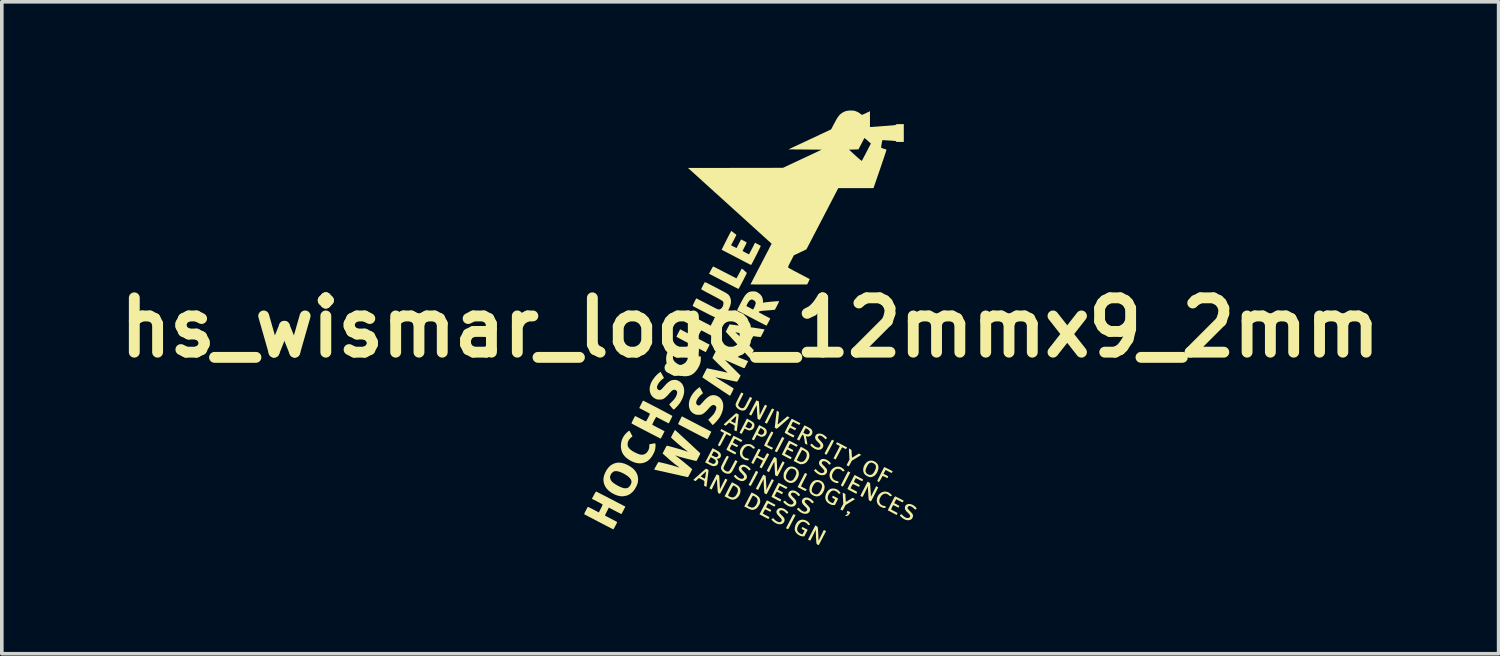
<source format=kicad_pcb>
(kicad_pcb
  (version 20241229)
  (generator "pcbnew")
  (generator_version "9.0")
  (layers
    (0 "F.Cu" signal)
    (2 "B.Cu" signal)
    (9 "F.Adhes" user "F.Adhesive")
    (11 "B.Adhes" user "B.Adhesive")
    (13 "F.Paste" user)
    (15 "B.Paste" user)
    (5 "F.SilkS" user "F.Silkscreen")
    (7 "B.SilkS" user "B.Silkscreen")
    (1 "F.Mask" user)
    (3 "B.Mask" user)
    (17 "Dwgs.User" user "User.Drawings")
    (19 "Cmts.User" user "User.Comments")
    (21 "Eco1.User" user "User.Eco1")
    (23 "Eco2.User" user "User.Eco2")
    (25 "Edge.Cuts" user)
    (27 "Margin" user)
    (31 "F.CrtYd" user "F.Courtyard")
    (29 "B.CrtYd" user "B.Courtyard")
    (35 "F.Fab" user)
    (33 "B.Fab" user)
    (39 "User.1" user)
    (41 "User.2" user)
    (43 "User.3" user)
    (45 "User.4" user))
  (footprint "hs_wismar_logo_12mmx9_2mm"
    (layer "F.Cu")
    (at 17.657 5.992)
    (property "Reference" "hs_wismar_logo_12mmx9_2mm" (at 0 0 0) (layer "F.SilkS") (effects (font (size 1.5 1.5) (thickness 0.3))))
    (attr board_only exclude_from_pos_files exclude_from_bom)
    (fp_poly (pts (xy 0.911 3.033) (xy 0.942 3.049) (xy 0.855 3.218) (xy 0.823 3.28) (xy 0.797 3.33) (xy 0.777 3.368) (xy 0.761 3.396) (xy 0.75 3.416) (xy 0.742 3.429) (xy 0.736 3.435) (xy 0.733 3.437) (xy 0.732 3.437) (xy 0.723 3.434) (xy 0.706 3.425) (xy 0.702 3.424) (xy 0.678 3.41) (xy 0.779 3.214) (xy 0.88 3.018)) (stroke (width 0) (type solid)) (fill yes) (layer "F.SilkS"))
    (fp_poly (pts (xy 0.189 3.967) (xy 0.206 3.978) (xy 0.216 3.987) (xy 0.216 3.989) (xy 0.209 4.004) (xy 0.197 4.03) (xy 0.18 4.063) (xy 0.159 4.102) (xy 0.137 4.145) (xy 0.113 4.19) (xy 0.089 4.234) (xy 0.067 4.275) (xy 0.047 4.311) (xy 0.03 4.341) (xy 0.018 4.361) (xy 0.012 4.37) (xy 0.012 4.37) (xy 0.000097 4.367) (xy -0.018 4.358) (xy -0.021 4.357) (xy -0.046 4.344) (xy 0.057 4.148) (xy 0.159 3.952)) (stroke (width 0) (type solid)) (fill yes) (layer "F.SilkS"))
    (fp_poly (pts (xy 1.211 5.155) (xy 1.219 5.159) (xy 1.223 5.161) (xy 1.252 5.174) (xy 1.157 5.358) (xy 1.132 5.407) (xy 1.108 5.453) (xy 1.088 5.492) (xy 1.071 5.524) (xy 1.06 5.545) (xy 1.054 5.554) (xy 1.048 5.561) (xy 1.039 5.562) (xy 1.022 5.555) (xy 1.016 5.552) (xy 0.987 5.537) (xy 1.079 5.359) (xy 1.11 5.299) (xy 1.135 5.251) (xy 1.154 5.215) (xy 1.169 5.188) (xy 1.18 5.17) (xy 1.189 5.158) (xy 1.197 5.153) (xy 1.204 5.152)) (stroke (width 0) (type solid)) (fill yes) (layer "F.SilkS"))
    (fp_poly (pts (xy 2.731 3.982) (xy 2.762 3.998) (xy 2.675 4.167) (xy 2.643 4.229) (xy 2.617 4.279) (xy 2.596 4.317) (xy 2.581 4.345) (xy 2.57 4.365) (xy 2.561 4.378) (xy 2.556 4.384) (xy 2.552 4.386) (xy 2.552 4.386) (xy 2.542 4.382) (xy 2.526 4.374) (xy 2.526 4.374) (xy 2.511 4.363) (xy 2.504 4.354) (xy 2.504 4.354) (xy 2.508 4.345) (xy 2.517 4.324) (xy 2.533 4.293) (xy 2.552 4.254) (xy 2.575 4.209) (xy 2.601 4.159) (xy 2.602 4.156) (xy 2.7 3.967)) (stroke (width 0) (type solid)) (fill yes) (layer "F.SilkS"))
    (fp_poly (pts (xy 2.723 5.075) (xy 2.744 5.087) (xy 2.758 5.096) (xy 2.761 5.1) (xy 2.756 5.114) (xy 2.744 5.134) (xy 2.729 5.156) (xy 2.714 5.174) (xy 2.706 5.181) (xy 2.685 5.192) (xy 2.659 5.2) (xy 2.658 5.2) (xy 2.639 5.202) (xy 2.63 5.199) (xy 2.629 5.189) (xy 2.636 5.174) (xy 2.652 5.164) (xy 2.671 5.154) (xy 2.685 5.143) (xy 2.69 5.132) (xy 2.683 5.123) (xy 2.678 5.119) (xy 2.667 5.111) (xy 2.665 5.102) (xy 2.671 5.087) (xy 2.673 5.082) (xy 2.686 5.056)) (stroke (width 0) (type solid)) (fill yes) (layer "F.SilkS"))
    (fp_poly (pts (xy 2.268 3.099) (xy 2.285 3.106) (xy 2.301 3.115) (xy 2.309 3.123) (xy 2.31 3.124) (xy 2.306 3.133) (xy 2.297 3.154) (xy 2.282 3.184) (xy 2.263 3.221) (xy 2.241 3.262) (xy 2.218 3.306) (xy 2.194 3.351) (xy 2.171 3.393) (xy 2.15 3.432) (xy 2.131 3.465) (xy 2.117 3.49) (xy 2.108 3.504) (xy 2.105 3.507) (xy 2.092 3.503) (xy 2.075 3.495) (xy 2.06 3.486) (xy 2.053 3.479) (xy 2.053 3.479) (xy 2.057 3.47) (xy 2.066 3.449) (xy 2.081 3.42) (xy 2.1 3.383) (xy 2.121 3.342) (xy 2.144 3.298) (xy 2.168 3.254) (xy 2.191 3.211) (xy 2.212 3.172) (xy 2.23 3.139) (xy 2.245 3.113) (xy 2.254 3.099) (xy 2.257 3.095)) (stroke (width 0) (type solid)) (fill yes) (layer "F.SilkS"))
    (fp_poly (pts (xy 0.617 2.237) (xy 0.631 2.244) (xy 0.649 2.253) (xy 0.659 2.259) (xy 0.66 2.26) (xy 0.657 2.267) (xy 0.648 2.286) (xy 0.635 2.314) (xy 0.617 2.35) (xy 0.596 2.391) (xy 0.574 2.434) (xy 0.551 2.479) (xy 0.528 2.523) (xy 0.507 2.563) (xy 0.488 2.598) (xy 0.474 2.625) (xy 0.464 2.642) (xy 0.46 2.647) (xy 0.45 2.646) (xy 0.433 2.64) (xy 0.43 2.638) (xy 0.413 2.628) (xy 0.405 2.62) (xy 0.404 2.619) (xy 0.408 2.611) (xy 0.417 2.591) (xy 0.432 2.562) (xy 0.45 2.526) (xy 0.471 2.484) (xy 0.493 2.44) (xy 0.516 2.396) (xy 0.538 2.353) (xy 0.559 2.314) (xy 0.576 2.281) (xy 0.589 2.256) (xy 0.597 2.242) (xy 0.598 2.241) (xy 0.605 2.235)) (stroke (width 0) (type solid)) (fill yes) (layer "F.SilkS"))
    (fp_poly (pts (xy 1.519 4.017) (xy 1.535 4.023) (xy 1.554 4.031) (xy 1.568 4.039) (xy 1.57 4.041) (xy 1.567 4.048) (xy 1.558 4.067) (xy 1.544 4.096) (xy 1.525 4.133) (xy 1.503 4.177) (xy 1.485 4.211) (xy 1.461 4.258) (xy 1.44 4.3) (xy 1.423 4.335) (xy 1.41 4.362) (xy 1.402 4.378) (xy 1.401 4.382) (xy 1.409 4.386) (xy 1.427 4.396) (xy 1.454 4.411) (xy 1.483 4.426) (xy 1.562 4.468) (xy 1.546 4.49) (xy 1.533 4.504) (xy 1.522 4.51) (xy 1.522 4.51) (xy 1.512 4.506) (xy 1.491 4.496) (xy 1.462 4.482) (xy 1.427 4.464) (xy 1.411 4.455) (xy 1.308 4.402) (xy 1.407 4.212) (xy 1.433 4.162) (xy 1.457 4.116) (xy 1.477 4.077) (xy 1.494 4.046) (xy 1.505 4.026) (xy 1.51 4.017) (xy 1.51 4.017)) (stroke (width 0) (type solid)) (fill yes) (layer "F.SilkS"))
    (fp_poly (pts (xy 2.735 3.339) (xy 2.751 3.347) (xy 2.769 3.359) (xy 2.785 3.373) (xy 2.795 3.384) (xy 2.795 3.386) (xy 2.797 3.402) (xy 2.799 3.428) (xy 2.8 3.457) (xy 2.802 3.492) (xy 2.804 3.528) (xy 2.806 3.552) (xy 2.811 3.592) (xy 2.904 3.535) (xy 2.997 3.478) (xy 3.03 3.494) (xy 3.049 3.505) (xy 3.058 3.513) (xy 3.058 3.517) (xy 3.05 3.522) (xy 3.03 3.535) (xy 3.002 3.553) (xy 2.967 3.575) (xy 2.928 3.599) (xy 2.804 3.675) (xy 2.765 3.75) (xy 2.748 3.781) (xy 2.734 3.806) (xy 2.723 3.822) (xy 2.718 3.826) (xy 2.706 3.822) (xy 2.688 3.814) (xy 2.687 3.813) (xy 2.67 3.804) (xy 2.661 3.799) (xy 2.661 3.798) (xy 2.663 3.791) (xy 2.672 3.773) (xy 2.685 3.747) (xy 2.699 3.72) (xy 2.74 3.644) (xy 2.731 3.493) (xy 2.728 3.446) (xy 2.726 3.405) (xy 2.725 3.371) (xy 2.725 3.349) (xy 2.725 3.339) (xy 2.725 3.338)) (stroke (width 0) (type solid)) (fill yes) (layer "F.SilkS"))
    (fp_poly (pts (xy 0.596 2.873) (xy 0.613 2.881) (xy 0.629 2.89) (xy 0.637 2.897) (xy 0.638 2.898) (xy 0.634 2.906) (xy 0.625 2.926) (xy 0.61 2.956) (xy 0.591 2.993) (xy 0.568 3.037) (xy 0.551 3.07) (xy 0.528 3.116) (xy 0.506 3.158) (xy 0.489 3.193) (xy 0.476 3.219) (xy 0.469 3.235) (xy 0.468 3.239) (xy 0.475 3.243) (xy 0.494 3.253) (xy 0.521 3.266) (xy 0.551 3.281) (xy 0.631 3.321) (xy 0.614 3.344) (xy 0.602 3.36) (xy 0.593 3.367) (xy 0.592 3.367) (xy 0.584 3.364) (xy 0.565 3.354) (xy 0.537 3.34) (xy 0.503 3.322) (xy 0.488 3.315) (xy 0.453 3.295) (xy 0.422 3.279) (xy 0.399 3.266) (xy 0.386 3.258) (xy 0.385 3.257) (xy 0.387 3.249) (xy 0.395 3.229) (xy 0.408 3.201) (xy 0.426 3.164) (xy 0.447 3.123) (xy 0.469 3.079) (xy 0.492 3.034) (xy 0.515 2.991) (xy 0.536 2.951) (xy 0.555 2.917) (xy 0.57 2.891) (xy 0.581 2.874) (xy 0.585 2.87)) (stroke (width 0) (type solid)) (fill yes) (layer "F.SilkS"))
    (fp_poly (pts (xy 2.563 4.56) (xy 2.579 4.568) (xy 2.591 4.574) (xy 2.625 4.593) (xy 2.63 4.69) (xy 2.633 4.728) (xy 2.635 4.761) (xy 2.637 4.787) (xy 2.638 4.8) (xy 2.638 4.8) (xy 2.642 4.804) (xy 2.651 4.802) (xy 2.668 4.795) (xy 2.694 4.78) (xy 2.731 4.757) (xy 2.733 4.756) (xy 2.826 4.699) (xy 2.859 4.715) (xy 2.878 4.726) (xy 2.887 4.735) (xy 2.887 4.738) (xy 2.878 4.744) (xy 2.859 4.757) (xy 2.83 4.775) (xy 2.795 4.796) (xy 2.756 4.82) (xy 2.633 4.896) (xy 2.594 4.971) (xy 2.577 5.002) (xy 2.563 5.027) (xy 2.552 5.043) (xy 2.547 5.047) (xy 2.535 5.043) (xy 2.517 5.035) (xy 2.516 5.034) (xy 2.499 5.025) (xy 2.49 5.02) (xy 2.49 5.02) (xy 2.492 5.012) (xy 2.501 4.994) (xy 2.514 4.968) (xy 2.528 4.942) (xy 2.569 4.866) (xy 2.561 4.714) (xy 2.558 4.667) (xy 2.556 4.625) (xy 2.555 4.592) (xy 2.554 4.569) (xy 2.555 4.559) (xy 2.555 4.559)) (stroke (width 0) (type solid)) (fill yes) (layer "F.SilkS"))
    (fp_poly (pts (xy 2.463 3.842) (xy 2.506 3.856) (xy 2.527 3.869) (xy 2.552 3.887) (xy 2.575 3.906) (xy 2.593 3.925) (xy 2.604 3.939) (xy 2.605 3.944) (xy 2.599 3.951) (xy 2.584 3.961) (xy 2.582 3.963) (xy 2.566 3.97) (xy 2.556 3.969) (xy 2.544 3.958) (xy 2.538 3.951) (xy 2.504 3.921) (xy 2.463 3.903) (xy 2.42 3.897) (xy 2.378 3.904) (xy 2.367 3.909) (xy 2.339 3.929) (xy 2.31 3.961) (xy 2.286 3.999) (xy 2.267 4.04) (xy 2.259 4.074) (xy 2.259 4.117) (xy 2.273 4.157) (xy 2.299 4.19) (xy 2.336 4.216) (xy 2.382 4.233) (xy 2.399 4.236) (xy 2.421 4.24) (xy 2.431 4.245) (xy 2.434 4.257) (xy 2.434 4.267) (xy 2.433 4.285) (xy 2.426 4.292) (xy 2.409 4.292) (xy 2.386 4.29) (xy 2.357 4.284) (xy 2.348 4.281) (xy 2.296 4.258) (xy 2.251 4.224) (xy 2.217 4.183) (xy 2.214 4.177) (xy 2.195 4.128) (xy 2.189 4.075) (xy 2.197 4.021) (xy 2.217 3.968) (xy 2.249 3.92) (xy 2.265 3.902) (xy 2.309 3.869) (xy 2.358 3.847) (xy 2.411 3.838)) (stroke (width 0) (type solid)) (fill yes) (layer "F.SilkS"))
    (fp_poly (pts (xy 3.75 4.528) (xy 3.802 4.542) (xy 3.808 4.545) (xy 3.831 4.558) (xy 3.856 4.576) (xy 3.88 4.596) (xy 3.899 4.615) (xy 3.91 4.63) (xy 3.912 4.634) (xy 3.905 4.641) (xy 3.889 4.649) (xy 3.887 4.65) (xy 3.871 4.654) (xy 3.859 4.652) (xy 3.845 4.642) (xy 3.835 4.632) (xy 3.801 4.606) (xy 3.764 4.588) (xy 3.729 4.581) (xy 3.728 4.581) (xy 3.698 4.586) (xy 3.666 4.602) (xy 3.636 4.623) (xy 3.621 4.639) (xy 3.596 4.677) (xy 3.577 4.717) (xy 3.565 4.756) (xy 3.562 4.781) (xy 3.569 4.825) (xy 3.589 4.863) (xy 3.62 4.893) (xy 3.66 4.914) (xy 3.694 4.921) (xy 3.72 4.926) (xy 3.735 4.937) (xy 3.74 4.957) (xy 3.741 4.968) (xy 3.734 4.974) (xy 3.716 4.977) (xy 3.692 4.976) (xy 3.665 4.972) (xy 3.639 4.965) (xy 3.635 4.963) (xy 3.581 4.934) (xy 3.539 4.897) (xy 3.51 4.852) (xy 3.495 4.801) (xy 3.494 4.751) (xy 3.506 4.693) (xy 3.529 4.642) (xy 3.562 4.598) (xy 3.602 4.564) (xy 3.648 4.54) (xy 3.698 4.527)) (stroke (width 0) (type solid)) (fill yes) (layer "F.SilkS"))
    (fp_poly (pts (xy -0.663 2.871) (xy -0.621 2.893) (xy -0.583 2.912) (xy -0.553 2.928) (xy -0.532 2.939) (xy -0.523 2.944) (xy -0.522 2.944) (xy -0.524 2.951) (xy -0.533 2.966) (xy -0.537 2.971) (xy -0.554 2.995) (xy -0.604 2.967) (xy -0.628 2.954) (xy -0.647 2.944) (xy -0.657 2.94) (xy -0.657 2.94) (xy -0.661 2.946) (xy -0.672 2.965) (xy -0.687 2.994) (xy -0.707 3.03) (xy -0.729 3.073) (xy -0.747 3.107) (xy -0.771 3.153) (xy -0.793 3.195) (xy -0.812 3.229) (xy -0.827 3.255) (xy -0.836 3.271) (xy -0.839 3.274) (xy -0.848 3.27) (xy -0.865 3.262) (xy -0.867 3.261) (xy -0.884 3.252) (xy -0.892 3.247) (xy -0.893 3.247) (xy -0.89 3.24) (xy -0.881 3.221) (xy -0.866 3.192) (xy -0.848 3.155) (xy -0.825 3.112) (xy -0.809 3.081) (xy -0.785 3.034) (xy -0.764 2.993) (xy -0.746 2.957) (xy -0.732 2.931) (xy -0.725 2.914) (xy -0.723 2.91) (xy -0.73 2.904) (xy -0.747 2.893) (xy -0.771 2.881) (xy -0.795 2.869) (xy -0.813 2.859) (xy -0.821 2.853) (xy -0.821 2.843) (xy -0.814 2.825) (xy -0.813 2.823) (xy -0.8 2.799)) (stroke (width 0) (type solid)) (fill yes) (layer "F.SilkS"))
    (fp_poly (pts (xy -1.878 2.453) (xy -1.859 2.463) (xy -1.829 2.479) (xy -1.79 2.499) (xy -1.742 2.524) (xy -1.688 2.552) (xy -1.63 2.582) (xy -1.568 2.615) (xy -1.503 2.648) (xy -1.439 2.682) (xy -1.375 2.716) (xy -1.314 2.748) (xy -1.256 2.778) (xy -1.204 2.805) (xy -1.159 2.829) (xy -1.122 2.848) (xy -1.095 2.862) (xy -1.079 2.871) (xy -1.075 2.873) (xy -1.077 2.881) (xy -1.085 2.899) (xy -1.098 2.925) (xy -1.113 2.956) (xy -1.13 2.989) (xy -1.146 3.02) (xy -1.161 3.048) (xy -1.173 3.069) (xy -1.18 3.08) (xy -1.181 3.08) (xy -1.188 3.078) (xy -1.209 3.068) (xy -1.24 3.053) (xy -1.282 3.032) (xy -1.332 3.007) (xy -1.39 2.977) (xy -1.455 2.944) (xy -1.524 2.908) (xy -1.586 2.876) (xy -1.659 2.838) (xy -1.728 2.802) (xy -1.791 2.769) (xy -1.848 2.739) (xy -1.897 2.713) (xy -1.937 2.692) (xy -1.967 2.676) (xy -1.985 2.666) (xy -1.99 2.663) (xy -1.988 2.655) (xy -1.98 2.637) (xy -1.968 2.611) (xy -1.953 2.58) (xy -1.936 2.546) (xy -1.92 2.514) (xy -1.906 2.485) (xy -1.894 2.464) (xy -1.887 2.451) (xy -1.885 2.45)) (stroke (width 0) (type solid)) (fill yes) (layer "F.SilkS"))
    (fp_poly (pts (xy -0.022 3.217) (xy 0.005 3.221) (xy 0.027 3.229) (xy 0.037 3.234) (xy 0.057 3.247) (xy 0.08 3.264) (xy 0.102 3.284) (xy 0.12 3.303) (xy 0.131 3.317) (xy 0.132 3.321) (xy 0.126 3.327) (xy 0.11 3.336) (xy 0.108 3.337) (xy 0.094 3.342) (xy 0.082 3.34) (xy 0.069 3.331) (xy 0.056 3.318) (xy 0.021 3.291) (xy -0.016 3.273) (xy -0.051 3.266) (xy -0.052 3.266) (xy -0.081 3.272) (xy -0.114 3.287) (xy -0.144 3.309) (xy -0.159 3.325) (xy -0.183 3.362) (xy -0.202 3.403) (xy -0.214 3.441) (xy -0.218 3.467) (xy -0.211 3.51) (xy -0.19 3.549) (xy -0.159 3.579) (xy -0.12 3.599) (xy -0.086 3.607) (xy -0.059 3.612) (xy -0.045 3.623) (xy -0.039 3.643) (xy -0.039 3.653) (xy -0.046 3.659) (xy -0.064 3.662) (xy -0.088 3.662) (xy -0.115 3.658) (xy -0.14 3.652) (xy -0.142 3.651) (xy -0.193 3.625) (xy -0.235 3.589) (xy -0.261 3.553) (xy -0.28 3.503) (xy -0.285 3.45) (xy -0.278 3.395) (xy -0.258 3.342) (xy -0.226 3.294) (xy -0.213 3.279) (xy -0.178 3.248) (xy -0.141 3.228) (xy -0.099 3.218) (xy -0.058 3.216)) (stroke (width 0) (type solid)) (fill yes) (layer "F.SilkS"))
    (fp_poly (pts (xy 1.83 5.479) (xy 1.849 5.491) (xy 1.859 5.503) (xy 1.865 5.52) (xy 1.868 5.543) (xy 1.87 5.565) (xy 1.873 5.6) (xy 1.875 5.643) (xy 1.878 5.691) (xy 1.88 5.736) (xy 1.886 5.883) (xy 1.959 5.734) (xy 2.032 5.585) (xy 2.062 5.6) (xy 2.093 5.616) (xy 1.998 5.8) (xy 1.972 5.85) (xy 1.949 5.895) (xy 1.928 5.934) (xy 1.912 5.965) (xy 1.901 5.986) (xy 1.896 5.994) (xy 1.888 6.001) (xy 1.88 6.002) (xy 1.866 5.995) (xy 1.854 5.987) (xy 1.842 5.979) (xy 1.834 5.97) (xy 1.829 5.955) (xy 1.826 5.932) (xy 1.823 5.908) (xy 1.821 5.878) (xy 1.819 5.837) (xy 1.816 5.789) (xy 1.814 5.738) (xy 1.813 5.712) (xy 1.808 5.58) (xy 1.735 5.73) (xy 1.713 5.774) (xy 1.693 5.813) (xy 1.676 5.845) (xy 1.664 5.867) (xy 1.657 5.879) (xy 1.655 5.879) (xy 1.644 5.876) (xy 1.627 5.869) (xy 1.61 5.86) (xy 1.598 5.852) (xy 1.596 5.849) (xy 1.6 5.841) (xy 1.61 5.821) (xy 1.626 5.791) (xy 1.646 5.753) (xy 1.669 5.708) (xy 1.695 5.658) (xy 1.698 5.652) (xy 1.798 5.459)) (stroke (width 0) (type solid)) (fill yes) (layer "F.SilkS"))
    (fp_poly (pts (xy 1.882 4.209) (xy 1.925 4.219) (xy 1.933 4.223) (xy 1.978 4.249) (xy 2.01 4.28) (xy 2.034 4.318) (xy 2.035 4.32) (xy 2.051 4.372) (xy 2.052 4.427) (xy 2.038 4.486) (xy 2.008 4.547) (xy 1.993 4.571) (xy 1.957 4.613) (xy 1.914 4.642) (xy 1.866 4.657) (xy 1.814 4.657) (xy 1.76 4.642) (xy 1.746 4.636) (xy 1.698 4.608) (xy 1.665 4.574) (xy 1.644 4.534) (xy 1.634 4.485) (xy 1.634 4.478) (xy 1.697 4.478) (xy 1.701 4.518) (xy 1.712 4.542) (xy 1.738 4.568) (xy 1.772 4.589) (xy 1.81 4.602) (xy 1.829 4.604) (xy 1.851 4.601) (xy 1.872 4.591) (xy 1.891 4.575) (xy 1.917 4.546) (xy 1.942 4.506) (xy 1.953 4.484) (xy 1.975 4.43) (xy 1.984 4.385) (xy 1.979 4.346) (xy 1.961 4.314) (xy 1.93 4.287) (xy 1.911 4.276) (xy 1.871 4.263) (xy 1.834 4.265) (xy 1.799 4.282) (xy 1.766 4.315) (xy 1.736 4.363) (xy 1.73 4.375) (xy 1.707 4.431) (xy 1.697 4.478) (xy 1.634 4.478) (xy 1.633 4.461) (xy 1.64 4.403) (xy 1.659 4.346) (xy 1.689 4.294) (xy 1.727 4.251) (xy 1.751 4.233) (xy 1.789 4.216) (xy 1.835 4.208)) (stroke (width 0) (type solid)) (fill yes) (layer "F.SilkS"))
    (fp_poly (pts (xy 0.393 4.077) (xy 0.426 4.093) (xy 0.432 4.168) (xy 0.435 4.204) (xy 0.437 4.25) (xy 0.44 4.301) (xy 0.442 4.351) (xy 0.443 4.363) (xy 0.448 4.483) (xy 0.463 4.448) (xy 0.47 4.434) (xy 0.482 4.409) (xy 0.497 4.377) (xy 0.515 4.341) (xy 0.534 4.303) (xy 0.553 4.266) (xy 0.57 4.233) (xy 0.583 4.207) (xy 0.592 4.19) (xy 0.595 4.185) (xy 0.602 4.187) (xy 0.618 4.193) (xy 0.635 4.202) (xy 0.648 4.209) (xy 0.652 4.212) (xy 0.649 4.219) (xy 0.64 4.237) (xy 0.626 4.266) (xy 0.608 4.301) (xy 0.587 4.342) (xy 0.565 4.386) (xy 0.542 4.43) (xy 0.519 4.474) (xy 0.498 4.514) (xy 0.48 4.548) (xy 0.465 4.575) (xy 0.456 4.593) (xy 0.452 4.598) (xy 0.443 4.598) (xy 0.426 4.591) (xy 0.419 4.587) (xy 0.39 4.571) (xy 0.385 4.5) (xy 0.382 4.466) (xy 0.38 4.422) (xy 0.377 4.372) (xy 0.375 4.321) (xy 0.374 4.305) (xy 0.369 4.18) (xy 0.293 4.33) (xy 0.218 4.48) (xy 0.186 4.464) (xy 0.155 4.448) (xy 0.197 4.368) (xy 0.216 4.332) (xy 0.24 4.287) (xy 0.265 4.238) (xy 0.291 4.19) (xy 0.299 4.175) (xy 0.359 4.06)) (stroke (width 0) (type solid)) (fill yes) (layer "F.SilkS"))
    (fp_poly (pts (xy 3.707 3.852) (xy 3.725 3.861) (xy 3.751 3.873) (xy 3.783 3.889) (xy 3.817 3.906) (xy 3.852 3.923) (xy 3.883 3.94) (xy 3.908 3.953) (xy 3.924 3.963) (xy 3.929 3.966) (xy 3.929 3.974) (xy 3.92 3.989) (xy 3.917 3.992) (xy 3.9 4.014) (xy 3.818 3.971) (xy 3.737 3.928) (xy 3.708 3.982) (xy 3.679 4.036) (xy 3.731 4.063) (xy 3.766 4.081) (xy 3.789 4.094) (xy 3.802 4.105) (xy 3.807 4.114) (xy 3.806 4.124) (xy 3.802 4.132) (xy 3.793 4.147) (xy 3.785 4.153) (xy 3.776 4.15) (xy 3.756 4.141) (xy 3.729 4.127) (xy 3.715 4.12) (xy 3.688 4.107) (xy 3.665 4.098) (xy 3.652 4.094) (xy 3.65 4.095) (xy 3.642 4.112) (xy 3.63 4.137) (xy 3.614 4.166) (xy 3.596 4.195) (xy 3.58 4.223) (xy 3.566 4.245) (xy 3.556 4.258) (xy 3.553 4.26) (xy 3.539 4.257) (xy 3.528 4.25) (xy 3.513 4.241) (xy 3.506 4.237) (xy 3.508 4.23) (xy 3.516 4.211) (xy 3.53 4.183) (xy 3.547 4.147) (xy 3.567 4.107) (xy 3.589 4.063) (xy 3.611 4.018) (xy 3.633 3.974) (xy 3.654 3.934) (xy 3.672 3.899) (xy 3.686 3.872) (xy 3.696 3.855) (xy 3.699 3.85)) (stroke (width 0) (type solid)) (fill yes) (layer "F.SilkS"))
    (fp_poly (pts (xy -0.633 3.542) (xy -0.616 3.549) (xy -0.6 3.558) (xy -0.592 3.565) (xy -0.591 3.566) (xy -0.594 3.574) (xy -0.604 3.594) (xy -0.619 3.623) (xy -0.637 3.659) (xy -0.659 3.701) (xy -0.665 3.713) (xy -0.687 3.757) (xy -0.707 3.798) (xy -0.723 3.832) (xy -0.734 3.858) (xy -0.739 3.873) (xy -0.739 3.874) (xy -0.732 3.902) (xy -0.713 3.928) (xy -0.686 3.951) (xy -0.655 3.967) (xy -0.623 3.974) (xy -0.621 3.974) (xy -0.606 3.972) (xy -0.591 3.965) (xy -0.576 3.951) (xy -0.559 3.929) (xy -0.539 3.897) (xy -0.515 3.854) (xy -0.486 3.799) (xy -0.412 3.657) (xy -0.381 3.673) (xy -0.351 3.69) (xy -0.418 3.818) (xy -0.44 3.862) (xy -0.462 3.902) (xy -0.481 3.937) (xy -0.496 3.964) (xy -0.505 3.978) (xy -0.534 4.011) (xy -0.571 4.03) (xy -0.614 4.035) (xy -0.664 4.026) (xy -0.684 4.019) (xy -0.729 3.996) (xy -0.766 3.965) (xy -0.792 3.928) (xy -0.805 3.889) (xy -0.805 3.849) (xy -0.805 3.847) (xy -0.799 3.832) (xy -0.789 3.808) (xy -0.773 3.776) (xy -0.755 3.738) (xy -0.735 3.699) (xy -0.714 3.658) (xy -0.694 3.62) (xy -0.675 3.587) (xy -0.66 3.561) (xy -0.649 3.544) (xy -0.644 3.539)) (stroke (width 0) (type solid)) (fill yes) (layer "F.SilkS"))
    (fp_poly (pts (xy -0.216 1.805) (xy -0.198 1.816) (xy -0.189 1.824) (xy -0.188 1.827) (xy -0.192 1.835) (xy -0.202 1.855) (xy -0.217 1.885) (xy -0.236 1.922) (xy -0.258 1.964) (xy -0.262 1.973) (xy -0.284 2.017) (xy -0.304 2.058) (xy -0.319 2.092) (xy -0.33 2.118) (xy -0.334 2.134) (xy -0.334 2.135) (xy -0.328 2.156) (xy -0.311 2.179) (xy -0.287 2.201) (xy -0.26 2.218) (xy -0.245 2.223) (xy -0.221 2.228) (xy -0.201 2.224) (xy -0.187 2.218) (xy -0.174 2.21) (xy -0.161 2.196) (xy -0.147 2.176) (xy -0.129 2.145) (xy -0.118 2.123) (xy -0.097 2.082) (xy -0.074 2.039) (xy -0.052 1.998) (xy -0.041 1.977) (xy -0.007 1.913) (xy 0.023 1.929) (xy 0.053 1.944) (xy -0.002 2.051) (xy -0.035 2.113) (xy -0.061 2.164) (xy -0.083 2.203) (xy -0.102 2.232) (xy -0.118 2.254) (xy -0.133 2.269) (xy -0.148 2.278) (xy -0.164 2.284) (xy -0.183 2.288) (xy -0.191 2.289) (xy -0.22 2.289) (xy -0.253 2.284) (xy -0.258 2.282) (xy -0.306 2.261) (xy -0.347 2.233) (xy -0.379 2.198) (xy -0.398 2.16) (xy -0.404 2.125) (xy -0.401 2.108) (xy -0.39 2.078) (xy -0.371 2.036) (xy -0.344 1.981) (xy -0.325 1.944) (xy -0.247 1.79)) (stroke (width 0) (type solid)) (fill yes) (layer "F.SilkS"))
    (fp_poly (pts (xy 0.763 2.31) (xy 0.784 2.323) (xy 0.792 2.337) (xy 0.793 2.345) (xy 0.792 2.36) (xy 0.79 2.387) (xy 0.786 2.423) (xy 0.782 2.466) (xy 0.777 2.51) (xy 0.772 2.555) (xy 0.767 2.596) (xy 0.762 2.63) (xy 0.759 2.654) (xy 0.758 2.662) (xy 0.757 2.668) (xy 0.761 2.669) (xy 0.771 2.664) (xy 0.787 2.653) (xy 0.81 2.634) (xy 0.843 2.606) (xy 0.886 2.57) (xy 0.889 2.567) (xy 1.026 2.449) (xy 1.058 2.465) (xy 1.076 2.476) (xy 1.087 2.483) (xy 1.088 2.484) (xy 1.081 2.49) (xy 1.065 2.504) (xy 1.04 2.527) (xy 1.007 2.555) (xy 0.969 2.589) (xy 0.926 2.626) (xy 0.911 2.639) (xy 0.867 2.678) (xy 0.827 2.713) (xy 0.792 2.743) (xy 0.764 2.767) (xy 0.744 2.783) (xy 0.733 2.791) (xy 0.732 2.792) (xy 0.723 2.788) (xy 0.706 2.78) (xy 0.704 2.779) (xy 0.687 2.77) (xy 0.678 2.765) (xy 0.678 2.765) (xy 0.678 2.757) (xy 0.68 2.736) (xy 0.683 2.704) (xy 0.688 2.664) (xy 0.693 2.618) (xy 0.698 2.568) (xy 0.704 2.517) (xy 0.71 2.467) (xy 0.716 2.421) (xy 0.721 2.38) (xy 0.725 2.347) (xy 0.728 2.324) (xy 0.728 2.324) (xy 0.732 2.295)) (stroke (width 0) (type solid)) (fill yes) (layer "F.SilkS"))
    (fp_poly (pts (xy 0.054 4.559) (xy 0.076 4.569) (xy 0.109 4.586) (xy 0.11 4.586) (xy 0.168 4.619) (xy 0.212 4.651) (xy 0.243 4.683) (xy 0.263 4.717) (xy 0.273 4.755) (xy 0.276 4.787) (xy 0.275 4.815) (xy 0.27 4.839) (xy 0.26 4.866) (xy 0.247 4.894) (xy 0.214 4.947) (xy 0.177 4.987) (xy 0.134 5.014) (xy 0.118 5.02) (xy 0.09 5.028) (xy 0.065 5.031) (xy 0.04 5.029) (xy 0.01 5.021) (xy -0.026 5.006) (xy -0.069 4.985) (xy -0.164 4.938) (xy -0.155 4.92) (xy -0.078 4.92) (xy -0.025 4.945) (xy 0.013 4.961) (xy 0.043 4.968) (xy 0.07 4.967) (xy 0.096 4.959) (xy 0.126 4.939) (xy 0.156 4.906) (xy 0.181 4.862) (xy 0.183 4.857) (xy 0.201 4.806) (xy 0.204 4.762) (xy 0.194 4.724) (xy 0.178 4.701) (xy 0.159 4.684) (xy 0.136 4.667) (xy 0.112 4.652) (xy 0.09 4.642) (xy 0.074 4.639) (xy 0.07 4.64) (xy 0.065 4.649) (xy 0.053 4.669) (xy 0.037 4.699) (xy 0.018 4.736) (xy -0.004 4.778) (xy -0.007 4.784) (xy -0.078 4.92) (xy -0.155 4.92) (xy -0.069 4.754) (xy -0.044 4.704) (xy -0.02 4.659) (xy 0.0002 4.62) (xy 0.017 4.589) (xy 0.028 4.568) (xy 0.033 4.559) (xy 0.04 4.556)) (stroke (width 0) (type solid)) (fill yes) (layer "F.SilkS"))
    (fp_poly (pts (xy 2.404 3.169) (xy 2.424 3.178) (xy 2.451 3.192) (xy 2.485 3.209) (xy 2.523 3.228) (xy 2.561 3.248) (xy 2.597 3.267) (xy 2.629 3.284) (xy 2.654 3.297) (xy 2.67 3.306) (xy 2.673 3.309) (xy 2.671 3.316) (xy 2.661 3.329) (xy 2.658 3.332) (xy 2.64 3.354) (xy 2.592 3.33) (xy 2.567 3.317) (xy 2.547 3.309) (xy 2.538 3.305) (xy 2.538 3.305) (xy 2.532 3.312) (xy 2.521 3.331) (xy 2.505 3.359) (xy 2.486 3.396) (xy 2.463 3.44) (xy 2.446 3.472) (xy 2.422 3.519) (xy 2.4 3.56) (xy 2.382 3.595) (xy 2.368 3.621) (xy 2.359 3.636) (xy 2.356 3.639) (xy 2.348 3.636) (xy 2.331 3.628) (xy 2.327 3.626) (xy 2.311 3.616) (xy 2.302 3.609) (xy 2.302 3.608) (xy 2.305 3.6) (xy 2.315 3.58) (xy 2.33 3.55) (xy 2.349 3.512) (xy 2.372 3.469) (xy 2.388 3.439) (xy 2.412 3.392) (xy 2.433 3.351) (xy 2.451 3.316) (xy 2.464 3.29) (xy 2.472 3.274) (xy 2.473 3.271) (xy 2.467 3.265) (xy 2.45 3.256) (xy 2.426 3.243) (xy 2.425 3.242) (xy 2.4 3.23) (xy 2.382 3.22) (xy 2.373 3.215) (xy 2.373 3.215) (xy 2.373 3.207) (xy 2.379 3.191) (xy 2.387 3.176) (xy 2.394 3.166) (xy 2.396 3.165)) (stroke (width 0) (type solid)) (fill yes) (layer "F.SilkS"))
    (fp_poly (pts (xy -0.426 4.31) (xy -0.37 4.341) (xy -0.329 4.371) (xy -0.3 4.402) (xy -0.281 4.435) (xy -0.271 4.472) (xy -0.269 4.511) (xy -0.276 4.564) (xy -0.294 4.613) (xy -0.321 4.658) (xy -0.356 4.695) (xy -0.396 4.725) (xy -0.44 4.744) (xy -0.485 4.751) (xy -0.529 4.744) (xy -0.543 4.739) (xy -0.568 4.727) (xy -0.6 4.712) (xy -0.628 4.698) (xy -0.708 4.658) (xy -0.693 4.629) (xy -0.608 4.629) (xy -0.606 4.642) (xy -0.597 4.652) (xy -0.582 4.66) (xy -0.56 4.669) (xy -0.548 4.673) (xy -0.514 4.685) (xy -0.488 4.688) (xy -0.463 4.684) (xy -0.449 4.679) (xy -0.417 4.658) (xy -0.388 4.624) (xy -0.361 4.577) (xy -0.359 4.573) (xy -0.343 4.525) (xy -0.34 4.481) (xy -0.35 4.442) (xy -0.354 4.434) (xy -0.368 4.418) (xy -0.388 4.4) (xy -0.413 4.383) (xy -0.437 4.368) (xy -0.457 4.359) (xy -0.469 4.358) (xy -0.475 4.365) (xy -0.487 4.385) (xy -0.504 4.414) (xy -0.524 4.451) (xy -0.545 4.492) (xy -0.548 4.498) (xy -0.573 4.546) (xy -0.591 4.583) (xy -0.603 4.61) (xy -0.608 4.629) (xy -0.693 4.629) (xy -0.629 4.505) (xy -0.605 4.457) (xy -0.581 4.412) (xy -0.56 4.371) (xy -0.542 4.338) (xy -0.53 4.315) (xy -0.527 4.31) (xy -0.504 4.269)) (stroke (width 0) (type solid)) (fill yes) (layer "F.SilkS"))
    (fp_poly (pts (xy 1.57 4.692) (xy 1.577 4.693) (xy 1.618 4.704) (xy 1.661 4.726) (xy 1.702 4.756) (xy 1.736 4.79) (xy 1.742 4.799) (xy 1.758 4.822) (xy 1.734 4.836) (xy 1.71 4.851) (xy 1.678 4.816) (xy 1.644 4.786) (xy 1.61 4.765) (xy 1.576 4.753) (xy 1.547 4.751) (xy 1.523 4.76) (xy 1.512 4.771) (xy 1.504 4.788) (xy 1.504 4.806) (xy 1.513 4.826) (xy 1.532 4.85) (xy 1.562 4.882) (xy 1.574 4.895) (xy 1.61 4.932) (xy 1.635 4.963) (xy 1.649 4.99) (xy 1.653 5.017) (xy 1.65 5.044) (xy 1.648 5.049) (xy 1.631 5.088) (xy 1.603 5.117) (xy 1.566 5.135) (xy 1.523 5.141) (xy 1.475 5.135) (xy 1.424 5.116) (xy 1.418 5.114) (xy 1.381 5.092) (xy 1.345 5.064) (xy 1.326 5.047) (xy 1.287 5.007) (xy 1.309 4.988) (xy 1.332 4.969) (xy 1.376 5.011) (xy 1.418 5.048) (xy 1.456 5.071) (xy 1.49 5.082) (xy 1.522 5.08) (xy 1.536 5.075) (xy 1.561 5.058) (xy 1.574 5.034) (xy 1.572 5.006) (xy 1.571 5.003) (xy 1.562 4.989) (xy 1.544 4.968) (xy 1.521 4.944) (xy 1.505 4.929) (xy 1.463 4.885) (xy 1.437 4.845) (xy 1.425 4.808) (xy 1.428 4.773) (xy 1.445 4.741) (xy 1.458 4.725) (xy 1.489 4.702) (xy 1.525 4.691)) (stroke (width 0) (type solid)) (fill yes) (layer "F.SilkS"))
    (fp_poly (pts (xy 3.405 3.683) (xy 3.456 3.71) (xy 3.465 3.717) (xy 3.49 3.739) (xy 3.512 3.765) (xy 3.521 3.78) (xy 3.536 3.823) (xy 3.539 3.872) (xy 3.531 3.923) (xy 3.514 3.974) (xy 3.489 4.022) (xy 3.457 4.063) (xy 3.419 4.096) (xy 3.377 4.117) (xy 3.375 4.117) (xy 3.346 4.125) (xy 3.325 4.128) (xy 3.306 4.127) (xy 3.285 4.122) (xy 3.262 4.115) (xy 3.235 4.103) (xy 3.226 4.099) (xy 3.18 4.069) (xy 3.147 4.033) (xy 3.127 3.99) (xy 3.123 3.967) (xy 3.183 3.967) (xy 3.192 3.996) (xy 3.198 4.005) (xy 3.225 4.035) (xy 3.259 4.055) (xy 3.296 4.066) (xy 3.332 4.065) (xy 3.362 4.053) (xy 3.393 4.025) (xy 3.423 3.982) (xy 3.447 3.935) (xy 3.465 3.886) (xy 3.471 3.842) (xy 3.465 3.807) (xy 3.456 3.79) (xy 3.427 3.76) (xy 3.392 3.739) (xy 3.354 3.727) (xy 3.319 3.728) (xy 3.318 3.728) (xy 3.288 3.743) (xy 3.258 3.773) (xy 3.23 3.817) (xy 3.22 3.837) (xy 3.197 3.889) (xy 3.185 3.931) (xy 3.183 3.967) (xy 3.123 3.967) (xy 3.119 3.938) (xy 3.119 3.926) (xy 3.122 3.88) (xy 3.133 3.839) (xy 3.153 3.796) (xy 3.173 3.764) (xy 3.21 3.72) (xy 3.254 3.69) (xy 3.302 3.673) (xy 3.353 3.671)) (stroke (width 0) (type solid)) (fill yes) (layer "F.SilkS"))
    (fp_poly (pts (xy 3.247 4.257) (xy 3.264 4.265) (xy 3.276 4.272) (xy 3.309 4.291) (xy 3.321 4.48) (xy 3.332 4.668) (xy 3.404 4.523) (xy 3.476 4.379) (xy 3.503 4.392) (xy 3.521 4.402) (xy 3.53 4.41) (xy 3.531 4.412) (xy 3.527 4.42) (xy 3.518 4.44) (xy 3.504 4.469) (xy 3.485 4.505) (xy 3.465 4.546) (xy 3.442 4.59) (xy 3.42 4.634) (xy 3.398 4.676) (xy 3.378 4.713) (xy 3.362 4.745) (xy 3.349 4.767) (xy 3.344 4.776) (xy 3.332 4.797) (xy 3.303 4.782) (xy 3.282 4.767) (xy 3.271 4.751) (xy 3.271 4.75) (xy 3.269 4.736) (xy 3.267 4.709) (xy 3.264 4.673) (xy 3.261 4.63) (xy 3.258 4.584) (xy 3.256 4.538) (xy 3.253 4.494) (xy 3.251 4.456) (xy 3.25 4.427) (xy 3.25 4.417) (xy 3.25 4.375) (xy 3.177 4.524) (xy 3.155 4.568) (xy 3.136 4.607) (xy 3.12 4.639) (xy 3.108 4.662) (xy 3.101 4.673) (xy 3.1 4.674) (xy 3.089 4.671) (xy 3.072 4.663) (xy 3.055 4.654) (xy 3.043 4.646) (xy 3.041 4.643) (xy 3.044 4.635) (xy 3.054 4.616) (xy 3.068 4.587) (xy 3.086 4.551) (xy 3.107 4.51) (xy 3.13 4.466) (xy 3.153 4.421) (xy 3.176 4.378) (xy 3.196 4.337) (xy 3.214 4.303) (xy 3.228 4.276) (xy 3.237 4.26) (xy 3.24 4.255)) (stroke (width 0) (type solid)) (fill yes) (layer "F.SilkS"))
    (fp_poly (pts (xy -0.92 4.053) (xy -0.903 4.06) (xy -0.891 4.065) (xy -0.857 4.082) (xy -0.851 4.163) (xy -0.849 4.204) (xy -0.846 4.253) (xy -0.843 4.306) (xy -0.841 4.355) (xy -0.841 4.356) (xy -0.836 4.466) (xy -0.763 4.318) (xy -0.689 4.17) (xy -0.659 4.185) (xy -0.629 4.2) (xy -0.705 4.346) (xy -0.74 4.414) (xy -0.769 4.469) (xy -0.792 4.512) (xy -0.81 4.545) (xy -0.823 4.567) (xy -0.832 4.581) (xy -0.837 4.588) (xy -0.839 4.588) (xy -0.848 4.585) (xy -0.865 4.576) (xy -0.868 4.574) (xy -0.876 4.568) (xy -0.883 4.562) (xy -0.888 4.554) (xy -0.892 4.541) (xy -0.896 4.523) (xy -0.899 4.497) (xy -0.902 4.461) (xy -0.905 4.414) (xy -0.909 4.354) (xy -0.911 4.324) (xy -0.913 4.279) (xy -0.916 4.239) (xy -0.918 4.207) (xy -0.92 4.186) (xy -0.921 4.178) (xy -0.925 4.184) (xy -0.934 4.202) (xy -0.949 4.23) (xy -0.966 4.266) (xy -0.987 4.309) (xy -0.994 4.324) (xy -1.066 4.471) (xy -1.095 4.454) (xy -1.113 4.444) (xy -1.124 4.437) (xy -1.126 4.437) (xy -1.123 4.43) (xy -1.114 4.411) (xy -1.1 4.383) (xy -1.082 4.348) (xy -1.061 4.307) (xy -1.039 4.264) (xy -1.016 4.219) (xy -0.993 4.176) (xy -0.973 4.136) (xy -0.955 4.101) (xy -0.94 4.075) (xy -0.931 4.057) (xy -0.928 4.052)) (stroke (width 0) (type solid)) (fill yes) (layer "F.SilkS"))
    (fp_poly (pts (xy -0.025 2.548) (xy 0.025 2.576) (xy 0.063 2.6) (xy 0.089 2.622) (xy 0.105 2.644) (xy 0.114 2.667) (xy 0.116 2.694) (xy 0.115 2.711) (xy 0.104 2.756) (xy 0.081 2.793) (xy 0.048 2.819) (xy 0.005 2.834) (xy -0.005 2.836) (xy -0.027 2.837) (xy -0.047 2.834) (xy -0.07 2.826) (xy -0.099 2.812) (xy -0.155 2.785) (xy -0.195 2.859) (xy -0.211 2.888) (xy -0.226 2.912) (xy -0.236 2.928) (xy -0.24 2.932) (xy -0.25 2.928) (xy -0.267 2.92) (xy -0.268 2.919) (xy -0.285 2.91) (xy -0.294 2.904) (xy -0.294 2.904) (xy -0.292 2.897) (xy -0.284 2.88) (xy -0.274 2.86) (xy -0.264 2.841) (xy -0.247 2.811) (xy -0.227 2.772) (xy -0.209 2.737) (xy -0.133 2.737) (xy -0.111 2.748) (xy -0.088 2.76) (xy -0.066 2.772) (xy -0.037 2.781) (xy -0.007 2.778) (xy 0.014 2.767) (xy 0.025 2.753) (xy 0.037 2.732) (xy 0.048 2.708) (xy 0.054 2.689) (xy 0.054 2.685) (xy 0.048 2.671) (xy 0.033 2.652) (xy 0.012 2.632) (xy -0.011 2.616) (xy -0.023 2.609) (xy -0.043 2.601) (xy -0.055 2.598) (xy -0.057 2.598) (xy -0.062 2.606) (xy -0.072 2.624) (xy -0.086 2.65) (xy -0.096 2.669) (xy -0.133 2.737) (xy -0.209 2.737) (xy -0.204 2.728) (xy -0.179 2.68) (xy -0.172 2.666) (xy -0.093 2.512)) (stroke (width 0) (type solid)) (fill yes) (layer "F.SilkS"))
    (fp_poly (pts (xy 1.206 3.846) (xy 1.252 3.869) (xy 1.292 3.902) (xy 1.323 3.944) (xy 1.324 3.946) (xy 1.339 3.99) (xy 1.342 4.04) (xy 1.333 4.093) (xy 1.315 4.14) (xy 1.281 4.198) (xy 1.243 4.242) (xy 1.2 4.272) (xy 1.154 4.287) (xy 1.104 4.288) (xy 1.072 4.281) (xy 1.026 4.261) (xy 0.985 4.234) (xy 0.953 4.201) (xy 0.941 4.184) (xy 0.931 4.163) (xy 0.925 4.141) (xy 0.922 4.115) (xy 0.985 4.115) (xy 0.991 4.153) (xy 1.011 4.185) (xy 1.045 4.211) (xy 1.052 4.214) (xy 1.094 4.229) (xy 1.133 4.229) (xy 1.167 4.215) (xy 1.18 4.204) (xy 1.203 4.179) (xy 1.225 4.143) (xy 1.247 4.103) (xy 1.263 4.063) (xy 1.272 4.029) (xy 1.272 4.028) (xy 1.271 3.986) (xy 1.257 3.949) (xy 1.231 3.92) (xy 1.195 3.901) (xy 1.152 3.893) (xy 1.145 3.892) (xy 1.122 3.893) (xy 1.106 3.897) (xy 1.092 3.906) (xy 1.075 3.923) (xy 1.066 3.933) (xy 1.036 3.971) (xy 1.012 4.017) (xy 0.994 4.064) (xy 0.986 4.107) (xy 0.985 4.115) (xy 0.922 4.115) (xy 0.922 4.114) (xy 0.922 4.087) (xy 0.923 4.051) (xy 0.927 4.024) (xy 0.935 3.999) (xy 0.943 3.981) (xy 0.971 3.934) (xy 1.004 3.894) (xy 1.039 3.863) (xy 1.06 3.85) (xy 1.107 3.836) (xy 1.157 3.835)) (stroke (width 0) (type solid)) (fill yes) (layer "F.SilkS"))
    (fp_poly (pts (xy -0.158 3.787) (xy -0.122 3.8) (xy -0.083 3.82) (xy -0.045 3.846) (xy -0.016 3.873) (xy -0.004 3.887) (xy 0.015 3.915) (xy -0.008 3.93) (xy -0.031 3.945) (xy -0.062 3.91) (xy -0.095 3.879) (xy -0.13 3.857) (xy -0.164 3.845) (xy -0.195 3.843) (xy -0.22 3.853) (xy -0.226 3.857) (xy -0.238 3.874) (xy -0.242 3.89) (xy -0.235 3.91) (xy -0.219 3.934) (xy -0.191 3.964) (xy -0.178 3.977) (xy -0.144 4.012) (xy -0.12 4.04) (xy -0.104 4.064) (xy -0.095 4.086) (xy -0.092 4.111) (xy -0.092 4.14) (xy -0.092 4.14) (xy -0.1 4.163) (xy -0.118 4.187) (xy -0.143 4.209) (xy -0.171 4.225) (xy -0.183 4.23) (xy -0.207 4.236) (xy -0.226 4.237) (xy -0.248 4.234) (xy -0.267 4.23) (xy -0.311 4.214) (xy -0.357 4.19) (xy -0.399 4.159) (xy -0.431 4.127) (xy -0.433 4.125) (xy -0.454 4.097) (xy -0.432 4.079) (xy -0.41 4.061) (xy -0.37 4.102) (xy -0.33 4.137) (xy -0.29 4.161) (xy -0.252 4.174) (xy -0.219 4.174) (xy -0.196 4.164) (xy -0.176 4.146) (xy -0.168 4.127) (xy -0.172 4.104) (xy -0.188 4.077) (xy -0.215 4.044) (xy -0.241 4.018) (xy -0.277 3.98) (xy -0.301 3.949) (xy -0.314 3.92) (xy -0.317 3.893) (xy -0.312 3.865) (xy -0.293 3.828) (xy -0.265 3.801) (xy -0.227 3.786) (xy -0.183 3.783)) (stroke (width 0) (type solid)) (fill yes) (layer "F.SilkS"))
    (fp_poly (pts (xy -2.081 0.445) (xy -2.077 0.452) (xy -2.067 0.471) (xy -2.053 0.497) (xy -2.039 0.524) (xy -1.999 0.601) (xy -2.016 0.613) (xy -2.061 0.65) (xy -2.096 0.694) (xy -2.12 0.742) (xy -2.133 0.792) (xy -2.134 0.842) (xy -2.121 0.888) (xy -2.113 0.904) (xy -2.088 0.938) (xy -2.053 0.97) (xy -2.007 1.002) (xy -1.947 1.035) (xy -1.925 1.046) (xy -1.857 1.077) (xy -1.799 1.097) (xy -1.749 1.107) (xy -1.706 1.106) (xy -1.667 1.095) (xy -1.632 1.073) (xy -1.599 1.042) (xy -1.566 0.997) (xy -1.545 0.948) (xy -1.535 0.889) (xy -1.534 0.877) (xy -1.53 0.818) (xy -1.451 0.803) (xy -1.373 0.789) (xy -1.366 0.812) (xy -1.362 0.839) (xy -1.363 0.875) (xy -1.366 0.916) (xy -1.373 0.957) (xy -1.382 0.992) (xy -1.383 0.996) (xy -1.416 1.075) (xy -1.458 1.147) (xy -1.507 1.211) (xy -1.561 1.264) (xy -1.619 1.303) (xy -1.627 1.307) (xy -1.685 1.329) (xy -1.751 1.341) (xy -1.82 1.343) (xy -1.89 1.335) (xy -1.911 1.33) (xy -1.992 1.302) (xy -2.07 1.263) (xy -2.142 1.214) (xy -2.205 1.157) (xy -2.256 1.095) (xy -2.263 1.083) (xy -2.293 1.022) (xy -2.313 0.953) (xy -2.321 0.879) (xy -2.318 0.804) (xy -2.303 0.73) (xy -2.299 0.718) (xy -2.272 0.653) (xy -2.233 0.587) (xy -2.188 0.528) (xy -2.161 0.501) (xy -2.134 0.476) (xy -2.11 0.458) (xy -2.091 0.446) (xy -2.082 0.444)) (stroke (width 0) (type solid)) (fill yes) (layer "F.SilkS"))
    (fp_poly (pts (xy 1.939 2.926) (xy 1.983 2.938) (xy 2.029 2.961) (xy 2.073 2.995) (xy 2.073 2.995) (xy 2.099 3.02) (xy 2.113 3.038) (xy 2.118 3.051) (xy 2.112 3.06) (xy 2.099 3.068) (xy 2.075 3.081) (xy 2.04 3.045) (xy 2.009 3.017) (xy 1.975 2.995) (xy 1.943 2.982) (xy 1.924 2.979) (xy 1.906 2.983) (xy 1.887 2.995) (xy 1.887 2.995) (xy 1.873 3.008) (xy 1.867 3.022) (xy 1.87 3.039) (xy 1.882 3.06) (xy 1.904 3.088) (xy 1.936 3.122) (xy 1.971 3.161) (xy 1.996 3.192) (xy 2.01 3.218) (xy 2.017 3.242) (xy 2.017 3.266) (xy 2.015 3.276) (xy 1.999 3.316) (xy 1.972 3.346) (xy 1.936 3.366) (xy 1.892 3.374) (xy 1.844 3.37) (xy 1.822 3.364) (xy 1.779 3.345) (xy 1.735 3.318) (xy 1.695 3.285) (xy 1.684 3.273) (xy 1.666 3.252) (xy 1.66 3.237) (xy 1.665 3.226) (xy 1.681 3.214) (xy 1.681 3.214) (xy 1.693 3.208) (xy 1.702 3.208) (xy 1.713 3.216) (xy 1.73 3.234) (xy 1.731 3.235) (xy 1.765 3.266) (xy 1.801 3.29) (xy 1.838 3.306) (xy 1.873 3.313) (xy 1.901 3.31) (xy 1.914 3.303) (xy 1.934 3.282) (xy 1.94 3.258) (xy 1.932 3.231) (xy 1.91 3.2) (xy 1.873 3.164) (xy 1.872 3.162) (xy 1.83 3.12) (xy 1.803 3.08) (xy 1.791 3.043) (xy 1.791 3.02) (xy 1.804 2.981) (xy 1.827 2.952) (xy 1.859 2.933) (xy 1.896 2.925)) (stroke (width 0) (type solid)) (fill yes) (layer "F.SilkS"))
    (fp_poly (pts (xy -1.016 -1.684) (xy -0.995 -1.674) (xy -0.964 -1.659) (xy -0.923 -1.638) (xy -0.873 -1.613) (xy -0.817 -1.584) (xy -0.756 -1.552) (xy -0.702 -1.524) (xy -0.637 -1.491) (xy -0.577 -1.46) (xy -0.522 -1.432) (xy -0.474 -1.407) (xy -0.434 -1.387) (xy -0.405 -1.372) (xy -0.386 -1.363) (xy -0.381 -1.361) (xy -0.375 -1.368) (xy -0.364 -1.386) (xy -0.348 -1.414) (xy -0.329 -1.449) (xy -0.308 -1.49) (xy -0.307 -1.491) (xy -0.286 -1.532) (xy -0.266 -1.569) (xy -0.25 -1.598) (xy -0.239 -1.619) (xy -0.234 -1.627) (xy -0.234 -1.627) (xy -0.227 -1.625) (xy -0.211 -1.614) (xy -0.189 -1.597) (xy -0.165 -1.576) (xy -0.141 -1.555) (xy -0.119 -1.535) (xy -0.103 -1.518) (xy -0.096 -1.508) (xy -0.095 -1.507) (xy -0.098 -1.498) (xy -0.107 -1.477) (xy -0.122 -1.447) (xy -0.141 -1.409) (xy -0.162 -1.366) (xy -0.186 -1.319) (xy -0.211 -1.271) (xy -0.236 -1.224) (xy -0.26 -1.18) (xy -0.281 -1.14) (xy -0.299 -1.107) (xy -0.313 -1.083) (xy -0.321 -1.07) (xy -0.323 -1.068) (xy -0.332 -1.071) (xy -0.352 -1.081) (xy -0.383 -1.096) (xy -0.423 -1.116) (xy -0.47 -1.14) (xy -0.523 -1.168) (xy -0.576 -1.195) (xy -0.641 -1.229) (xy -0.711 -1.265) (xy -0.781 -1.302) (xy -0.848 -1.337) (xy -0.909 -1.369) (xy -0.96 -1.395) (xy -0.978 -1.405) (xy -1.136 -1.487) (xy -1.083 -1.587) (xy -1.064 -1.623) (xy -1.047 -1.653) (xy -1.034 -1.675) (xy -1.025 -1.686) (xy -1.024 -1.688)) (stroke (width 0) (type solid)) (fill yes) (layer "F.SilkS"))
    (fp_poly (pts (xy 0.574 4.826) (xy 0.613 4.847) (xy 0.647 4.865) (xy 0.673 4.879) (xy 0.69 4.889) (xy 0.695 4.892) (xy 0.694 4.901) (xy 0.685 4.915) (xy 0.683 4.919) (xy 0.665 4.94) (xy 0.582 4.896) (xy 0.55 4.879) (xy 0.523 4.866) (xy 0.504 4.856) (xy 0.495 4.853) (xy 0.49 4.859) (xy 0.479 4.876) (xy 0.466 4.901) (xy 0.464 4.906) (xy 0.437 4.959) (xy 0.509 4.997) (xy 0.581 5.035) (xy 0.569 5.061) (xy 0.56 5.077) (xy 0.553 5.084) (xy 0.553 5.084) (xy 0.544 5.08) (xy 0.525 5.07) (xy 0.499 5.057) (xy 0.484 5.049) (xy 0.456 5.035) (xy 0.432 5.024) (xy 0.417 5.017) (xy 0.414 5.016) (xy 0.408 5.022) (xy 0.397 5.039) (xy 0.384 5.061) (xy 0.371 5.086) (xy 0.36 5.109) (xy 0.352 5.126) (xy 0.35 5.135) (xy 0.35 5.135) (xy 0.358 5.14) (xy 0.377 5.15) (xy 0.404 5.164) (xy 0.437 5.182) (xy 0.439 5.183) (xy 0.472 5.2) (xy 0.5 5.215) (xy 0.519 5.226) (xy 0.528 5.231) (xy 0.528 5.231) (xy 0.528 5.24) (xy 0.522 5.255) (xy 0.513 5.27) (xy 0.505 5.28) (xy 0.503 5.28) (xy 0.49 5.277) (xy 0.472 5.268) (xy 0.471 5.268) (xy 0.455 5.26) (xy 0.429 5.246) (xy 0.396 5.229) (xy 0.36 5.209) (xy 0.352 5.205) (xy 0.256 5.155) (xy 0.327 5.018) (xy 0.352 4.971) (xy 0.376 4.924) (xy 0.398 4.882) (xy 0.417 4.847) (xy 0.429 4.823) (xy 0.46 4.767)) (stroke (width 0) (type solid)) (fill yes) (layer "F.SilkS"))
    (fp_poly (pts (xy 0.897 4.987) (xy 0.942 5.006) (xy 0.968 5.022) (xy 0.995 5.043) (xy 1.02 5.065) (xy 1.039 5.085) (xy 1.049 5.102) (xy 1.05 5.106) (xy 1.044 5.117) (xy 1.028 5.128) (xy 1.028 5.128) (xy 1.015 5.134) (xy 1.005 5.134) (xy 0.994 5.125) (xy 0.978 5.107) (xy 0.978 5.106) (xy 0.948 5.077) (xy 0.916 5.056) (xy 0.884 5.044) (xy 0.854 5.04) (xy 0.829 5.045) (xy 0.811 5.059) (xy 0.802 5.082) (xy 0.801 5.09) (xy 0.804 5.104) (xy 0.813 5.12) (xy 0.83 5.14) (xy 0.857 5.168) (xy 0.893 5.204) (xy 0.918 5.233) (xy 0.935 5.257) (xy 0.945 5.278) (xy 0.948 5.3) (xy 0.949 5.311) (xy 0.942 5.351) (xy 0.923 5.384) (xy 0.895 5.408) (xy 0.858 5.424) (xy 0.816 5.429) (xy 0.77 5.424) (xy 0.722 5.407) (xy 0.719 5.405) (xy 0.667 5.375) (xy 0.625 5.341) (xy 0.599 5.312) (xy 0.583 5.29) (xy 0.608 5.274) (xy 0.633 5.259) (xy 0.668 5.296) (xy 0.694 5.319) (xy 0.725 5.341) (xy 0.758 5.359) (xy 0.786 5.371) (xy 0.803 5.374) (xy 0.824 5.37) (xy 0.845 5.359) (xy 0.862 5.345) (xy 0.866 5.339) (xy 0.871 5.319) (xy 0.87 5.302) (xy 0.861 5.283) (xy 0.844 5.26) (xy 0.815 5.231) (xy 0.808 5.224) (xy 0.767 5.18) (xy 0.739 5.141) (xy 0.725 5.107) (xy 0.723 5.075) (xy 0.733 5.045) (xy 0.741 5.032) (xy 0.77 5.002) (xy 0.807 4.984) (xy 0.85 4.979)) (stroke (width 0) (type solid)) (fill yes) (layer "F.SilkS"))
    (fp_poly (pts (xy -1.205 3.9) (xy -1.184 3.91) (xy -1.166 3.923) (xy -1.153 3.936) (xy -1.151 3.941) (xy -1.152 3.952) (xy -1.155 3.977) (xy -1.159 4.012) (xy -1.164 4.057) (xy -1.171 4.108) (xy -1.178 4.164) (xy -1.178 4.169) (xy -1.185 4.225) (xy -1.192 4.275) (xy -1.197 4.319) (xy -1.201 4.354) (xy -1.204 4.378) (xy -1.205 4.388) (xy -1.205 4.388) (xy -1.208 4.393) (xy -1.219 4.391) (xy -1.24 4.381) (xy -1.246 4.378) (xy -1.275 4.363) (xy -1.269 4.322) (xy -1.265 4.284) (xy -1.263 4.258) (xy -1.267 4.24) (xy -1.279 4.225) (xy -1.299 4.212) (xy -1.331 4.195) (xy -1.34 4.191) (xy -1.416 4.151) (xy -1.463 4.195) (xy -1.51 4.238) (xy -1.541 4.222) (xy -1.56 4.212) (xy -1.567 4.205) (xy -1.564 4.198) (xy -1.558 4.192) (xy -1.52 4.157) (xy -1.479 4.12) (xy -1.467 4.109) (xy -1.368 4.109) (xy -1.316 4.138) (xy -1.29 4.152) (xy -1.269 4.163) (xy -1.256 4.168) (xy -1.255 4.168) (xy -1.249 4.161) (xy -1.244 4.141) (xy -1.238 4.112) (xy -1.237 4.108) (xy -1.232 4.073) (xy -1.228 4.037) (xy -1.224 4.009) (xy -1.224 4.009) (xy -1.219 3.97) (xy -1.249 3.997) (xy -1.27 4.017) (xy -1.297 4.041) (xy -1.323 4.066) (xy -1.324 4.067) (xy -1.368 4.109) (xy -1.467 4.109) (xy -1.435 4.081) (xy -1.392 4.042) (xy -1.351 4.005) (xy -1.312 3.972) (xy -1.279 3.943) (xy -1.251 3.919) (xy -1.232 3.904) (xy -1.222 3.897) (xy -1.221 3.896)) (stroke (width 0) (type solid)) (fill yes) (layer "F.SilkS"))
    (fp_poly (pts (xy 0.252 2.695) (xy 0.27 2.703) (xy 0.294 2.716) (xy 0.322 2.731) (xy 0.351 2.746) (xy 0.378 2.761) (xy 0.398 2.773) (xy 0.407 2.778) (xy 0.434 2.806) (xy 0.451 2.842) (xy 0.457 2.881) (xy 0.456 2.892) (xy 0.443 2.938) (xy 0.417 2.975) (xy 0.382 3) (xy 0.336 3.014) (xy 0.333 3.014) (xy 0.312 3.015) (xy 0.292 3.012) (xy 0.267 3.002) (xy 0.242 2.991) (xy 0.216 2.978) (xy 0.196 2.968) (xy 0.185 2.963) (xy 0.184 2.963) (xy 0.18 2.97) (xy 0.17 2.987) (xy 0.156 3.012) (xy 0.144 3.037) (xy 0.127 3.067) (xy 0.113 3.091) (xy 0.102 3.106) (xy 0.097 3.11) (xy 0.086 3.106) (xy 0.068 3.097) (xy 0.068 3.097) (xy 0.053 3.086) (xy 0.047 3.079) (xy 0.047 3.079) (xy 0.05 3.071) (xy 0.06 3.052) (xy 0.074 3.024) (xy 0.092 2.988) (xy 0.113 2.947) (xy 0.131 2.911) (xy 0.215 2.911) (xy 0.215 2.916) (xy 0.225 2.923) (xy 0.244 2.935) (xy 0.26 2.943) (xy 0.294 2.957) (xy 0.321 2.958) (xy 0.346 2.947) (xy 0.353 2.941) (xy 0.378 2.911) (xy 0.388 2.879) (xy 0.383 2.849) (xy 0.364 2.82) (xy 0.33 2.794) (xy 0.32 2.789) (xy 0.283 2.77) (xy 0.246 2.84) (xy 0.231 2.87) (xy 0.22 2.895) (xy 0.215 2.911) (xy 0.131 2.911) (xy 0.136 2.903) (xy 0.159 2.858) (xy 0.181 2.814) (xy 0.202 2.774) (xy 0.22 2.74) (xy 0.234 2.714) (xy 0.242 2.697) (xy 0.245 2.693)) (stroke (width 0) (type solid)) (fill yes) (layer "F.SilkS"))
    (fp_poly (pts (xy 0.673 3.573) (xy 0.691 3.582) (xy 0.7 3.587) (xy 0.72 3.6) (xy 0.728 3.612) (xy 0.731 3.63) (xy 0.731 3.636) (xy 0.731 3.653) (xy 0.733 3.683) (xy 0.735 3.722) (xy 0.737 3.769) (xy 0.74 3.818) (xy 0.74 3.824) (xy 0.749 3.981) (xy 0.818 3.84) (xy 0.839 3.797) (xy 0.858 3.759) (xy 0.874 3.728) (xy 0.885 3.706) (xy 0.891 3.695) (xy 0.891 3.695) (xy 0.9 3.695) (xy 0.916 3.702) (xy 0.933 3.711) (xy 0.945 3.722) (xy 0.947 3.727) (xy 0.943 3.738) (xy 0.932 3.76) (xy 0.917 3.791) (xy 0.898 3.828) (xy 0.876 3.87) (xy 0.853 3.914) (xy 0.83 3.958) (xy 0.808 4) (xy 0.787 4.038) (xy 0.77 4.069) (xy 0.757 4.092) (xy 0.75 4.104) (xy 0.748 4.106) (xy 0.738 4.102) (xy 0.721 4.094) (xy 0.715 4.091) (xy 0.687 4.076) (xy 0.677 3.899) (xy 0.675 3.847) (xy 0.672 3.8) (xy 0.67 3.76) (xy 0.668 3.729) (xy 0.667 3.711) (xy 0.666 3.706) (xy 0.663 3.709) (xy 0.653 3.723) (xy 0.639 3.748) (xy 0.621 3.781) (xy 0.601 3.822) (xy 0.592 3.84) (xy 0.518 3.989) (xy 0.489 3.973) (xy 0.47 3.963) (xy 0.46 3.955) (xy 0.459 3.954) (xy 0.462 3.944) (xy 0.472 3.924) (xy 0.487 3.894) (xy 0.505 3.858) (xy 0.527 3.817) (xy 0.55 3.773) (xy 0.574 3.728) (xy 0.597 3.685) (xy 0.618 3.646) (xy 0.636 3.613) (xy 0.651 3.588) (xy 0.66 3.573) (xy 0.662 3.57)) (stroke (width 0) (type solid)) (fill yes) (layer "F.SilkS"))
    (fp_poly (pts (xy 2.343 4.447) (xy 2.395 4.467) (xy 2.441 4.5) (xy 2.472 4.534) (xy 2.498 4.568) (xy 2.472 4.581) (xy 2.447 4.594) (xy 2.424 4.564) (xy 2.399 4.538) (xy 2.364 4.516) (xy 2.327 4.5) (xy 2.295 4.495) (xy 2.261 4.503) (xy 2.228 4.524) (xy 2.196 4.558) (xy 2.167 4.603) (xy 2.154 4.631) (xy 2.14 4.68) (xy 2.141 4.723) (xy 2.156 4.763) (xy 2.187 4.798) (xy 2.202 4.811) (xy 2.22 4.822) (xy 2.243 4.832) (xy 2.265 4.84) (xy 2.283 4.845) (xy 2.29 4.844) (xy 2.295 4.835) (xy 2.304 4.818) (xy 2.316 4.795) (xy 2.327 4.772) (xy 2.336 4.752) (xy 2.341 4.741) (xy 2.341 4.74) (xy 2.335 4.735) (xy 2.318 4.725) (xy 2.301 4.717) (xy 2.279 4.705) (xy 2.268 4.696) (xy 2.265 4.685) (xy 2.267 4.672) (xy 2.272 4.653) (xy 2.276 4.643) (xy 2.276 4.643) (xy 2.284 4.645) (xy 2.302 4.653) (xy 2.326 4.664) (xy 2.354 4.678) (xy 2.381 4.693) (xy 2.405 4.706) (xy 2.421 4.716) (xy 2.426 4.721) (xy 2.423 4.729) (xy 2.414 4.748) (xy 2.4 4.775) (xy 2.384 4.808) (xy 2.382 4.812) (xy 2.337 4.899) (xy 2.298 4.899) (xy 2.267 4.896) (xy 2.237 4.889) (xy 2.228 4.886) (xy 2.17 4.856) (xy 2.124 4.819) (xy 2.093 4.775) (xy 2.075 4.726) (xy 2.072 4.672) (xy 2.084 4.614) (xy 2.098 4.577) (xy 2.13 4.522) (xy 2.166 4.482) (xy 2.207 4.456) (xy 2.254 4.442) (xy 2.282 4.441)) (stroke (width 0) (type solid)) (fill yes) (layer "F.SilkS"))
    (fp_poly (pts (xy -0.372 2.37) (xy -0.354 2.378) (xy -0.332 2.391) (xy -0.321 2.402) (xy -0.319 2.416) (xy -0.32 2.428) (xy -0.322 2.454) (xy -0.326 2.49) (xy -0.331 2.533) (xy -0.337 2.581) (xy -0.343 2.632) (xy -0.349 2.683) (xy -0.355 2.73) (xy -0.361 2.773) (xy -0.365 2.807) (xy -0.369 2.831) (xy -0.37 2.837) (xy -0.373 2.853) (xy -0.379 2.86) (xy -0.391 2.857) (xy -0.413 2.847) (xy -0.441 2.832) (xy -0.435 2.791) (xy -0.43 2.753) (xy -0.428 2.727) (xy -0.431 2.709) (xy -0.443 2.695) (xy -0.463 2.682) (xy -0.494 2.665) (xy -0.504 2.66) (xy -0.581 2.622) (xy -0.628 2.664) (xy -0.676 2.707) (xy -0.703 2.693) (xy -0.721 2.684) (xy -0.73 2.676) (xy -0.731 2.675) (xy -0.726 2.668) (xy -0.71 2.654) (xy -0.687 2.631) (xy -0.657 2.604) (xy -0.629 2.578) (xy -0.536 2.578) (xy -0.476 2.611) (xy -0.449 2.625) (xy -0.428 2.636) (xy -0.416 2.641) (xy -0.414 2.641) (xy -0.413 2.633) (xy -0.409 2.613) (xy -0.404 2.583) (xy -0.399 2.546) (xy -0.398 2.541) (xy -0.393 2.504) (xy -0.389 2.473) (xy -0.387 2.452) (xy -0.387 2.442) (xy -0.387 2.442) (xy -0.393 2.447) (xy -0.409 2.461) (xy -0.432 2.481) (xy -0.459 2.506) (xy -0.463 2.51) (xy -0.536 2.578) (xy -0.629 2.578) (xy -0.622 2.572) (xy -0.585 2.537) (xy -0.546 2.502) (xy -0.508 2.467) (xy -0.472 2.435) (xy -0.441 2.407) (xy -0.414 2.384) (xy -0.406 2.376) (xy -0.395 2.368) (xy -0.385 2.366)) (stroke (width 0) (type solid)) (fill yes) (layer "F.SilkS"))
    (fp_poly (pts (xy 0.206 2.024) (xy 0.24 2.04) (xy 0.245 2.13) (xy 0.248 2.176) (xy 0.251 2.23) (xy 0.254 2.285) (xy 0.256 2.321) (xy 0.261 2.423) (xy 0.332 2.277) (xy 0.354 2.233) (xy 0.373 2.195) (xy 0.389 2.164) (xy 0.401 2.142) (xy 0.407 2.132) (xy 0.408 2.131) (xy 0.417 2.134) (xy 0.433 2.141) (xy 0.451 2.15) (xy 0.463 2.157) (xy 0.465 2.158) (xy 0.462 2.165) (xy 0.453 2.184) (xy 0.439 2.212) (xy 0.421 2.247) (xy 0.4 2.288) (xy 0.378 2.332) (xy 0.355 2.376) (xy 0.332 2.42) (xy 0.311 2.46) (xy 0.293 2.495) (xy 0.278 2.522) (xy 0.269 2.539) (xy 0.265 2.544) (xy 0.256 2.544) (xy 0.239 2.538) (xy 0.231 2.535) (xy 0.213 2.525) (xy 0.203 2.519) (xy 0.202 2.518) (xy 0.201 2.501) (xy 0.199 2.473) (xy 0.196 2.436) (xy 0.193 2.393) (xy 0.19 2.346) (xy 0.187 2.299) (xy 0.185 2.254) (xy 0.182 2.214) (xy 0.18 2.182) (xy 0.179 2.162) (xy 0.179 2.156) (xy 0.178 2.149) (xy 0.174 2.15) (xy 0.166 2.161) (xy 0.155 2.181) (xy 0.138 2.212) (xy 0.116 2.256) (xy 0.105 2.278) (xy 0.083 2.322) (xy 0.063 2.361) (xy 0.047 2.392) (xy 0.034 2.414) (xy 0.027 2.426) (xy 0.026 2.426) (xy 0.017 2.423) (xy 0.00028 2.413) (xy -0.005 2.41) (xy -0.031 2.394) (xy 0.044 2.249) (xy 0.068 2.202) (xy 0.092 2.156) (xy 0.114 2.115) (xy 0.132 2.081) (xy 0.144 2.057) (xy 0.145 2.055) (xy 0.172 2.007)) (stroke (width 0) (type solid)) (fill yes) (layer "F.SilkS"))
    (fp_poly (pts (xy 4.436 4.875) (xy 4.482 4.892) (xy 4.527 4.92) (xy 4.53 4.922) (xy 4.553 4.942) (xy 4.573 4.963) (xy 4.583 4.975) (xy 4.591 4.992) (xy 4.591 5.001) (xy 4.58 5.009) (xy 4.577 5.011) (xy 4.562 5.02) (xy 4.551 5.022) (xy 4.541 5.015) (xy 4.525 4.998) (xy 4.521 4.994) (xy 4.498 4.972) (xy 4.468 4.951) (xy 4.436 4.934) (xy 4.408 4.924) (xy 4.396 4.923) (xy 4.376 4.929) (xy 4.356 4.945) (xy 4.343 4.965) (xy 4.34 4.978) (xy 4.346 4.993) (xy 4.363 5.016) (xy 4.391 5.047) (xy 4.404 5.06) (xy 4.439 5.097) (xy 4.465 5.126) (xy 4.481 5.15) (xy 4.49 5.171) (xy 4.493 5.192) (xy 4.492 5.209) (xy 4.48 5.25) (xy 4.456 5.283) (xy 4.423 5.305) (xy 4.382 5.316) (xy 4.335 5.316) (xy 4.288 5.305) (xy 4.258 5.292) (xy 4.226 5.274) (xy 4.196 5.252) (xy 4.17 5.23) (xy 4.149 5.209) (xy 4.137 5.19) (xy 4.134 5.176) (xy 4.138 5.171) (xy 4.16 5.157) (xy 4.174 5.153) (xy 4.187 5.159) (xy 4.202 5.176) (xy 4.205 5.179) (xy 4.239 5.212) (xy 4.277 5.237) (xy 4.314 5.252) (xy 4.35 5.257) (xy 4.38 5.251) (xy 4.398 5.238) (xy 4.413 5.218) (xy 4.415 5.197) (xy 4.406 5.173) (xy 4.385 5.144) (xy 4.35 5.11) (xy 4.349 5.108) (xy 4.309 5.069) (xy 4.284 5.034) (xy 4.271 5) (xy 4.268 4.979) (xy 4.274 4.939) (xy 4.291 4.908) (xy 4.318 4.885) (xy 4.352 4.872) (xy 4.392 4.868)) (stroke (width 0) (type solid)) (fill yes) (layer "F.SilkS"))
    (fp_poly (pts (xy -3.332 2.852) (xy -3.324 2.862) (xy -3.314 2.88) (xy -3.298 2.909) (xy -3.285 2.935) (xy -3.249 3.003) (xy -3.267 3.016) (xy -3.312 3.054) (xy -3.347 3.099) (xy -3.372 3.148) (xy -3.384 3.197) (xy -3.384 3.246) (xy -3.371 3.291) (xy -3.369 3.294) (xy -3.342 3.333) (xy -3.301 3.372) (xy -3.248 3.41) (xy -3.188 3.443) (xy -3.133 3.469) (xy -3.089 3.488) (xy -3.052 3.5) (xy -3.02 3.507) (xy -2.99 3.509) (xy -2.94 3.503) (xy -2.894 3.482) (xy -2.853 3.447) (xy -2.851 3.444) (xy -2.814 3.392) (xy -2.792 3.334) (xy -2.784 3.271) (xy -2.784 3.27) (xy -2.784 3.22) (xy -2.755 3.215) (xy -2.732 3.211) (xy -2.7 3.205) (xy -2.674 3.2) (xy -2.646 3.196) (xy -2.629 3.195) (xy -2.619 3.202) (xy -2.614 3.217) (xy -2.613 3.245) (xy -2.613 3.268) (xy -2.62 3.343) (xy -2.641 3.419) (xy -2.665 3.472) (xy -2.712 3.554) (xy -2.764 3.621) (xy -2.821 3.673) (xy -2.883 3.711) (xy -2.951 3.735) (xy -2.961 3.737) (xy -3.02 3.746) (xy -3.077 3.746) (xy -3.138 3.737) (xy -3.146 3.736) (xy -3.214 3.715) (xy -3.287 3.683) (xy -3.359 3.64) (xy -3.372 3.631) (xy -3.44 3.577) (xy -3.493 3.517) (xy -3.532 3.451) (xy -3.557 3.379) (xy -3.569 3.3) (xy -3.57 3.269) (xy -3.563 3.182) (xy -3.543 3.101) (xy -3.508 3.025) (xy -3.473 2.971) (xy -3.45 2.943) (xy -3.423 2.914) (xy -3.394 2.886) (xy -3.368 2.865) (xy -3.352 2.854) (xy -3.344 2.85) (xy -3.338 2.849)) (stroke (width 0) (type solid)) (fill yes) (layer "F.SilkS"))
    (fp_poly (pts (xy 1.077 3.122) (xy 1.097 3.131) (xy 1.126 3.145) (xy 1.162 3.163) (xy 1.205 3.185) (xy 1.25 3.209) (xy 1.314 3.244) (xy 1.298 3.266) (xy 1.281 3.289) (xy 1.197 3.246) (xy 1.164 3.23) (xy 1.136 3.217) (xy 1.115 3.208) (xy 1.106 3.204) (xy 1.106 3.204) (xy 1.1 3.21) (xy 1.091 3.227) (xy 1.078 3.248) (xy 1.067 3.272) (xy 1.057 3.292) (xy 1.052 3.306) (xy 1.051 3.309) (xy 1.059 3.313) (xy 1.077 3.323) (xy 1.102 3.335) (xy 1.108 3.339) (xy 1.144 3.357) (xy 1.167 3.37) (xy 1.181 3.381) (xy 1.186 3.39) (xy 1.185 3.4) (xy 1.181 3.409) (xy 1.173 3.424) (xy 1.165 3.43) (xy 1.156 3.426) (xy 1.136 3.418) (xy 1.109 3.405) (xy 1.09 3.395) (xy 1.021 3.361) (xy 0.989 3.422) (xy 0.956 3.483) (xy 1.04 3.526) (xy 1.08 3.547) (xy 1.109 3.562) (xy 1.127 3.573) (xy 1.137 3.581) (xy 1.14 3.588) (xy 1.139 3.595) (xy 1.134 3.604) (xy 1.132 3.608) (xy 1.122 3.624) (xy 1.115 3.631) (xy 1.114 3.632) (xy 1.105 3.628) (xy 1.086 3.618) (xy 1.057 3.604) (xy 1.022 3.586) (xy 0.994 3.571) (xy 0.955 3.55) (xy 0.922 3.532) (xy 0.895 3.518) (xy 0.879 3.508) (xy 0.874 3.505) (xy 0.877 3.498) (xy 0.885 3.479) (xy 0.899 3.45) (xy 0.916 3.415) (xy 0.937 3.374) (xy 0.959 3.33) (xy 0.982 3.285) (xy 1.004 3.241) (xy 1.024 3.202) (xy 1.042 3.167) (xy 1.057 3.141) (xy 1.066 3.124) (xy 1.069 3.12)) (stroke (width 0) (type solid)) (fill yes) (layer "F.SilkS"))
    (fp_poly (pts (xy 2.081 3.637) (xy 2.115 3.651) (xy 2.141 3.667) (xy 2.168 3.687) (xy 2.193 3.709) (xy 2.212 3.73) (xy 2.223 3.747) (xy 2.224 3.752) (xy 2.218 3.763) (xy 2.203 3.775) (xy 2.202 3.775) (xy 2.187 3.782) (xy 2.177 3.781) (xy 2.167 3.771) (xy 2.158 3.759) (xy 2.13 3.729) (xy 2.099 3.707) (xy 2.067 3.693) (xy 2.036 3.687) (xy 2.01 3.689) (xy 1.989 3.701) (xy 1.977 3.721) (xy 1.975 3.737) (xy 1.978 3.751) (xy 1.987 3.767) (xy 2.004 3.787) (xy 2.03 3.812) (xy 2.056 3.839) (xy 2.08 3.865) (xy 2.099 3.886) (xy 2.104 3.893) (xy 2.12 3.93) (xy 2.123 3.968) (xy 2.113 4.006) (xy 2.092 4.038) (xy 2.06 4.062) (xy 2.058 4.062) (xy 2.026 4.072) (xy 1.987 4.074) (xy 1.946 4.071) (xy 1.918 4.064) (xy 1.883 4.047) (xy 1.844 4.023) (xy 1.808 3.994) (xy 1.781 3.967) (xy 1.781 3.966) (xy 1.758 3.937) (xy 1.782 3.921) (xy 1.807 3.905) (xy 1.843 3.943) (xy 1.877 3.973) (xy 1.916 3.998) (xy 1.924 4.002) (xy 1.95 4.013) (xy 1.968 4.018) (xy 1.984 4.017) (xy 1.999 4.014) (xy 2.027 4) (xy 2.042 3.979) (xy 2.045 3.954) (xy 2.042 3.941) (xy 2.032 3.925) (xy 2.014 3.902) (xy 1.985 3.872) (xy 1.981 3.868) (xy 1.955 3.84) (xy 1.932 3.815) (xy 1.915 3.794) (xy 1.908 3.782) (xy 1.898 3.742) (xy 1.903 3.704) (xy 1.922 3.67) (xy 1.953 3.642) (xy 1.96 3.638) (xy 1.994 3.627) (xy 2.036 3.627)) (stroke (width 0) (type solid)) (fill yes) (layer "F.SilkS"))
    (fp_poly (pts (xy 2.997 4.128) (xy 3.036 4.149) (xy 3.069 4.167) (xy 3.095 4.182) (xy 3.112 4.193) (xy 3.116 4.196) (xy 3.113 4.207) (xy 3.104 4.222) (xy 3.09 4.241) (xy 3.002 4.196) (xy 2.969 4.18) (xy 2.941 4.166) (xy 2.922 4.157) (xy 2.913 4.154) (xy 2.913 4.154) (xy 2.908 4.163) (xy 2.899 4.181) (xy 2.887 4.203) (xy 2.876 4.226) (xy 2.867 4.246) (xy 2.862 4.257) (xy 2.862 4.258) (xy 2.868 4.263) (xy 2.886 4.273) (xy 2.911 4.286) (xy 2.93 4.296) (xy 2.969 4.316) (xy 2.995 4.331) (xy 3.012 4.342) (xy 3.02 4.351) (xy 3.022 4.359) (xy 3.018 4.369) (xy 3.017 4.373) (xy 3.008 4.388) (xy 3.001 4.394) (xy 2.991 4.391) (xy 2.971 4.382) (xy 2.944 4.369) (xy 2.916 4.355) (xy 2.884 4.34) (xy 2.857 4.328) (xy 2.838 4.321) (xy 2.83 4.321) (xy 2.824 4.329) (xy 2.813 4.346) (xy 2.801 4.369) (xy 2.788 4.394) (xy 2.778 4.416) (xy 2.771 4.431) (xy 2.77 4.437) (xy 2.778 4.441) (xy 2.796 4.45) (xy 2.823 4.464) (xy 2.851 4.478) (xy 2.891 4.499) (xy 2.919 4.514) (xy 2.937 4.526) (xy 2.947 4.535) (xy 2.949 4.543) (xy 2.947 4.552) (xy 2.941 4.563) (xy 2.928 4.588) (xy 2.806 4.524) (xy 2.766 4.503) (xy 2.732 4.484) (xy 2.705 4.469) (xy 2.688 4.458) (xy 2.683 4.453) (xy 2.687 4.445) (xy 2.696 4.425) (xy 2.711 4.394) (xy 2.731 4.355) (xy 2.754 4.31) (xy 2.78 4.261) (xy 2.782 4.257) (xy 2.88 4.067)) (stroke (width 0) (type solid)) (fill yes) (layer "F.SilkS"))
    (fp_poly (pts (xy 4.008 4.662) (xy 4.028 4.671) (xy 4.057 4.685) (xy 4.091 4.702) (xy 4.127 4.72) (xy 4.163 4.739) (xy 4.195 4.756) (xy 4.198 4.758) (xy 4.24 4.781) (xy 4.221 4.802) (xy 4.203 4.824) (xy 4.116 4.78) (xy 4.029 4.736) (xy 4.002 4.79) (xy 3.974 4.844) (xy 4.044 4.881) (xy 4.073 4.897) (xy 4.097 4.911) (xy 4.111 4.921) (xy 4.114 4.925) (xy 4.111 4.936) (xy 4.104 4.952) (xy 4.096 4.966) (xy 4.094 4.968) (xy 4.087 4.966) (xy 4.069 4.958) (xy 4.043 4.946) (xy 4.022 4.935) (xy 3.992 4.92) (xy 3.967 4.908) (xy 3.951 4.901) (xy 3.947 4.9) (xy 3.942 4.906) (xy 3.932 4.923) (xy 3.92 4.945) (xy 3.908 4.97) (xy 3.897 4.993) (xy 3.89 5.01) (xy 3.889 5.016) (xy 3.895 5.022) (xy 3.913 5.034) (xy 3.939 5.049) (xy 3.965 5.062) (xy 4.005 5.083) (xy 4.034 5.099) (xy 4.052 5.11) (xy 4.061 5.119) (xy 4.064 5.127) (xy 4.062 5.136) (xy 4.056 5.147) (xy 4.048 5.163) (xy 4.042 5.171) (xy 4.042 5.172) (xy 4.035 5.168) (xy 4.016 5.158) (xy 3.989 5.144) (xy 3.954 5.126) (xy 3.924 5.11) (xy 3.885 5.089) (xy 3.85 5.071) (xy 3.823 5.057) (xy 3.805 5.048) (xy 3.8 5.045) (xy 3.801 5.038) (xy 3.809 5.019) (xy 3.822 4.991) (xy 3.839 4.955) (xy 3.859 4.915) (xy 3.881 4.871) (xy 3.904 4.826) (xy 3.927 4.783) (xy 3.948 4.743) (xy 3.967 4.708) (xy 3.982 4.681) (xy 3.993 4.664) (xy 3.998 4.658)) (stroke (width 0) (type solid)) (fill yes) (layer "F.SilkS"))
    (fp_poly (pts (xy 1.226 4.503) (xy 1.26 4.516) (xy 1.285 4.531) (xy 1.312 4.55) (xy 1.337 4.572) (xy 1.357 4.593) (xy 1.371 4.61) (xy 1.375 4.622) (xy 1.375 4.622) (xy 1.366 4.632) (xy 1.351 4.643) (xy 1.339 4.648) (xy 1.33 4.648) (xy 1.319 4.64) (xy 1.302 4.622) (xy 1.3 4.618) (xy 1.267 4.588) (xy 1.233 4.567) (xy 1.199 4.556) (xy 1.168 4.555) (xy 1.143 4.564) (xy 1.13 4.578) (xy 1.124 4.593) (xy 1.125 4.61) (xy 1.135 4.63) (xy 1.155 4.655) (xy 1.185 4.687) (xy 1.198 4.699) (xy 1.231 4.733) (xy 1.253 4.76) (xy 1.265 4.782) (xy 1.268 4.789) (xy 1.274 4.831) (xy 1.266 4.868) (xy 1.247 4.899) (xy 1.218 4.924) (xy 1.181 4.939) (xy 1.139 4.945) (xy 1.092 4.939) (xy 1.073 4.933) (xy 1.042 4.92) (xy 1.01 4.901) (xy 0.979 4.88) (xy 0.952 4.857) (xy 0.931 4.836) (xy 0.918 4.817) (xy 0.915 4.803) (xy 0.918 4.797) (xy 0.938 4.785) (xy 0.952 4.781) (xy 0.965 4.785) (xy 0.981 4.799) (xy 0.994 4.813) (xy 1.034 4.848) (xy 1.074 4.871) (xy 1.111 4.883) (xy 1.145 4.883) (xy 1.173 4.87) (xy 1.179 4.865) (xy 1.192 4.848) (xy 1.198 4.832) (xy 1.194 4.814) (xy 1.181 4.791) (xy 1.157 4.763) (xy 1.133 4.737) (xy 1.1 4.704) (xy 1.078 4.678) (xy 1.063 4.658) (xy 1.055 4.641) (xy 1.051 4.624) (xy 1.05 4.604) (xy 1.05 4.603) (xy 1.057 4.564) (xy 1.075 4.533) (xy 1.104 4.511) (xy 1.14 4.497) (xy 1.181 4.494)) (stroke (width 0) (type solid)) (fill yes) (layer "F.SilkS"))
    (fp_poly (pts (xy 1.403 3.294) (xy 1.421 3.302) (xy 1.446 3.315) (xy 1.475 3.331) (xy 1.505 3.348) (xy 1.533 3.365) (xy 1.556 3.38) (xy 1.572 3.39) (xy 1.573 3.391) (xy 1.605 3.427) (xy 1.625 3.471) (xy 1.634 3.52) (xy 1.63 3.572) (xy 1.614 3.623) (xy 1.614 3.623) (xy 1.581 3.68) (xy 1.543 3.723) (xy 1.5 3.752) (xy 1.449 3.767) (xy 1.429 3.77) (xy 1.408 3.771) (xy 1.39 3.77) (xy 1.373 3.766) (xy 1.351 3.758) (xy 1.323 3.745) (xy 1.294 3.73) (xy 1.26 3.713) (xy 1.232 3.698) (xy 1.212 3.687) (xy 1.203 3.68) (xy 1.202 3.68) (xy 1.205 3.672) (xy 1.211 3.659) (xy 1.285 3.659) (xy 1.292 3.663) (xy 1.307 3.673) (xy 1.309 3.674) (xy 1.356 3.697) (xy 1.4 3.708) (xy 1.44 3.705) (xy 1.47 3.692) (xy 1.503 3.663) (xy 1.53 3.626) (xy 1.549 3.584) (xy 1.56 3.541) (xy 1.561 3.5) (xy 1.552 3.464) (xy 1.546 3.453) (xy 1.531 3.436) (xy 1.51 3.419) (xy 1.486 3.402) (xy 1.463 3.388) (xy 1.443 3.38) (xy 1.432 3.379) (xy 1.431 3.38) (xy 1.426 3.388) (xy 1.415 3.408) (xy 1.4 3.436) (xy 1.382 3.469) (xy 1.362 3.506) (xy 1.342 3.544) (xy 1.324 3.58) (xy 1.307 3.612) (xy 1.295 3.638) (xy 1.287 3.654) (xy 1.285 3.659) (xy 1.211 3.659) (xy 1.214 3.653) (xy 1.227 3.624) (xy 1.245 3.587) (xy 1.265 3.546) (xy 1.287 3.502) (xy 1.309 3.456) (xy 1.332 3.413) (xy 1.352 3.372) (xy 1.37 3.338) (xy 1.384 3.311) (xy 1.394 3.294) (xy 1.396 3.292)) (stroke (width 0) (type solid)) (fill yes) (layer "F.SilkS"))
    (fp_poly (pts (xy 1.494 5.308) (xy 1.544 5.326) (xy 1.589 5.354) (xy 1.623 5.388) (xy 1.637 5.408) (xy 1.647 5.423) (xy 1.649 5.429) (xy 1.643 5.437) (xy 1.627 5.447) (xy 1.626 5.447) (xy 1.612 5.454) (xy 1.603 5.453) (xy 1.593 5.442) (xy 1.584 5.429) (xy 1.561 5.404) (xy 1.529 5.382) (xy 1.493 5.366) (xy 1.46 5.359) (xy 1.456 5.358) (xy 1.42 5.366) (xy 1.385 5.387) (xy 1.353 5.419) (xy 1.325 5.462) (xy 1.304 5.512) (xy 1.298 5.532) (xy 1.295 5.575) (xy 1.306 5.615) (xy 1.323 5.642) (xy 1.344 5.661) (xy 1.373 5.681) (xy 1.405 5.697) (xy 1.425 5.704) (xy 1.436 5.705) (xy 1.445 5.702) (xy 1.454 5.691) (xy 1.465 5.67) (xy 1.474 5.654) (xy 1.501 5.6) (xy 1.459 5.578) (xy 1.437 5.566) (xy 1.425 5.557) (xy 1.422 5.548) (xy 1.424 5.534) (xy 1.425 5.531) (xy 1.431 5.514) (xy 1.438 5.506) (xy 1.439 5.506) (xy 1.448 5.51) (xy 1.466 5.518) (xy 1.491 5.531) (xy 1.519 5.545) (xy 1.546 5.559) (xy 1.569 5.571) (xy 1.583 5.579) (xy 1.585 5.58) (xy 1.582 5.587) (xy 1.574 5.605) (xy 1.56 5.632) (xy 1.543 5.665) (xy 1.539 5.672) (xy 1.492 5.763) (xy 1.456 5.762) (xy 1.425 5.759) (xy 1.393 5.751) (xy 1.383 5.748) (xy 1.334 5.723) (xy 1.292 5.691) (xy 1.259 5.654) (xy 1.238 5.614) (xy 1.232 5.594) (xy 1.229 5.542) (xy 1.238 5.487) (xy 1.257 5.435) (xy 1.26 5.43) (xy 1.293 5.377) (xy 1.33 5.339) (xy 1.372 5.315) (xy 1.421 5.303) (xy 1.444 5.302)) (stroke (width 0) (type solid)) (fill yes) (layer "F.SilkS"))
    (fp_poly (pts (xy -0.454 2.989) (xy -0.436 2.998) (xy -0.409 3.01) (xy -0.377 3.026) (xy -0.342 3.044) (xy -0.307 3.061) (xy -0.274 3.078) (xy -0.247 3.092) (xy -0.227 3.103) (xy -0.219 3.108) (xy -0.221 3.115) (xy -0.23 3.129) (xy -0.233 3.134) (xy -0.25 3.158) (xy -0.337 3.112) (xy -0.424 3.066) (xy -0.453 3.119) (xy -0.468 3.148) (xy -0.475 3.166) (xy -0.474 3.176) (xy -0.472 3.179) (xy -0.461 3.186) (xy -0.44 3.197) (xy -0.413 3.212) (xy -0.398 3.219) (xy -0.334 3.251) (xy -0.347 3.274) (xy -0.358 3.29) (xy -0.367 3.297) (xy -0.368 3.297) (xy -0.377 3.294) (xy -0.397 3.285) (xy -0.424 3.271) (xy -0.441 3.262) (xy -0.469 3.247) (xy -0.492 3.235) (xy -0.506 3.229) (xy -0.509 3.229) (xy -0.513 3.236) (xy -0.523 3.255) (xy -0.536 3.28) (xy -0.54 3.289) (xy -0.553 3.313) (xy -0.56 3.33) (xy -0.562 3.344) (xy -0.556 3.355) (xy -0.542 3.366) (xy -0.517 3.38) (xy -0.481 3.399) (xy -0.465 3.407) (xy -0.434 3.423) (xy -0.409 3.438) (xy -0.393 3.448) (xy -0.389 3.453) (xy -0.392 3.468) (xy -0.401 3.485) (xy -0.41 3.497) (xy -0.415 3.499) (xy -0.425 3.495) (xy -0.445 3.485) (xy -0.475 3.471) (xy -0.511 3.452) (xy -0.54 3.437) (xy -0.578 3.416) (xy -0.612 3.398) (xy -0.638 3.384) (xy -0.654 3.375) (xy -0.659 3.372) (xy -0.656 3.365) (xy -0.647 3.347) (xy -0.633 3.318) (xy -0.615 3.283) (xy -0.594 3.242) (xy -0.572 3.198) (xy -0.549 3.154) (xy -0.527 3.11) (xy -0.506 3.07) (xy -0.488 3.036) (xy -0.474 3.009) (xy -0.464 2.992) (xy -0.461 2.987)) (stroke (width 0) (type solid)) (fill yes) (layer "F.SilkS"))
    (fp_poly (pts (xy 0.79 4.288) (xy 0.808 4.297) (xy 0.835 4.309) (xy 0.867 4.325) (xy 0.902 4.342) (xy 0.937 4.36) (xy 0.97 4.377) (xy 0.998 4.391) (xy 1.017 4.401) (xy 1.025 4.406) (xy 1.023 4.413) (xy 1.014 4.428) (xy 1.01 4.432) (xy 0.993 4.456) (xy 0.905 4.41) (xy 0.817 4.363) (xy 0.789 4.418) (xy 0.776 4.444) (xy 0.767 4.464) (xy 0.764 4.475) (xy 0.764 4.476) (xy 0.771 4.48) (xy 0.79 4.489) (xy 0.815 4.502) (xy 0.832 4.511) (xy 0.861 4.525) (xy 0.884 4.537) (xy 0.898 4.545) (xy 0.901 4.546) (xy 0.901 4.555) (xy 0.895 4.571) (xy 0.887 4.586) (xy 0.879 4.596) (xy 0.877 4.596) (xy 0.867 4.593) (xy 0.846 4.583) (xy 0.82 4.57) (xy 0.803 4.561) (xy 0.775 4.546) (xy 0.752 4.535) (xy 0.738 4.528) (xy 0.735 4.528) (xy 0.731 4.535) (xy 0.721 4.553) (xy 0.707 4.578) (xy 0.701 4.589) (xy 0.669 4.648) (xy 0.762 4.697) (xy 0.796 4.715) (xy 0.825 4.73) (xy 0.845 4.742) (xy 0.855 4.748) (xy 0.855 4.749) (xy 0.852 4.76) (xy 0.844 4.775) (xy 0.834 4.79) (xy 0.827 4.798) (xy 0.826 4.798) (xy 0.818 4.794) (xy 0.798 4.784) (xy 0.769 4.77) (xy 0.734 4.752) (xy 0.706 4.737) (xy 0.668 4.717) (xy 0.634 4.699) (xy 0.608 4.685) (xy 0.591 4.675) (xy 0.587 4.672) (xy 0.589 4.665) (xy 0.598 4.646) (xy 0.611 4.617) (xy 0.629 4.581) (xy 0.649 4.54) (xy 0.671 4.496) (xy 0.694 4.451) (xy 0.716 4.408) (xy 0.737 4.368) (xy 0.755 4.333) (xy 0.77 4.307) (xy 0.779 4.29) (xy 0.782 4.286)) (stroke (width 0) (type solid)) (fill yes) (layer "F.SilkS"))
    (fp_poly (pts (xy 1.251 2.57) (xy 1.298 2.594) (xy 1.332 2.612) (xy 1.357 2.625) (xy 1.372 2.634) (xy 1.38 2.641) (xy 1.382 2.647) (xy 1.38 2.652) (xy 1.375 2.659) (xy 1.373 2.663) (xy 1.361 2.677) (xy 1.352 2.683) (xy 1.352 2.683) (xy 1.343 2.68) (xy 1.323 2.671) (xy 1.295 2.657) (xy 1.266 2.642) (xy 1.234 2.626) (xy 1.207 2.612) (xy 1.189 2.603) (xy 1.182 2.599) (xy 1.177 2.605) (xy 1.167 2.62) (xy 1.156 2.642) (xy 1.145 2.666) (xy 1.135 2.688) (xy 1.129 2.704) (xy 1.128 2.709) (xy 1.136 2.714) (xy 1.155 2.724) (xy 1.181 2.737) (xy 1.198 2.745) (xy 1.226 2.76) (xy 1.249 2.771) (xy 1.264 2.779) (xy 1.266 2.78) (xy 1.265 2.788) (xy 1.258 2.803) (xy 1.25 2.818) (xy 1.242 2.829) (xy 1.24 2.831) (xy 1.232 2.828) (xy 1.213 2.819) (xy 1.187 2.806) (xy 1.172 2.798) (xy 1.144 2.783) (xy 1.12 2.771) (xy 1.106 2.764) (xy 1.103 2.762) (xy 1.097 2.768) (xy 1.087 2.783) (xy 1.073 2.804) (xy 1.059 2.829) (xy 1.047 2.852) (xy 1.038 2.87) (xy 1.038 2.871) (xy 1.038 2.878) (xy 1.046 2.886) (xy 1.062 2.897) (xy 1.088 2.912) (xy 1.127 2.932) (xy 1.127 2.932) (xy 1.221 2.979) (xy 1.208 3.006) (xy 1.198 3.023) (xy 1.192 3.032) (xy 1.19 3.033) (xy 1.182 3.029) (xy 1.163 3.019) (xy 1.135 3.005) (xy 1.099 2.986) (xy 1.069 2.971) (xy 1.031 2.95) (xy 0.997 2.931) (xy 0.971 2.916) (xy 0.955 2.905) (xy 0.95 2.901) (xy 0.953 2.893) (xy 0.962 2.872) (xy 0.977 2.841) (xy 0.996 2.803) (xy 1.019 2.757) (xy 1.044 2.708) (xy 1.046 2.704) (xy 1.145 2.515)) (stroke (width 0) (type solid)) (fill yes) (layer "F.SilkS"))
    (fp_poly (pts (xy 1.508 2.702) (xy 1.528 2.712) (xy 1.554 2.725) (xy 1.584 2.741) (xy 1.614 2.757) (xy 1.64 2.772) (xy 1.659 2.783) (xy 1.662 2.785) (xy 1.693 2.815) (xy 1.711 2.851) (xy 1.717 2.89) (xy 1.709 2.93) (xy 1.691 2.96) (xy 1.66 2.99) (xy 1.622 3.006) (xy 1.581 3.008) (xy 1.546 2.998) (xy 1.538 2.996) (xy 1.536 3.003) (xy 1.54 3.019) (xy 1.544 3.038) (xy 1.55 3.065) (xy 1.556 3.099) (xy 1.563 3.134) (xy 1.569 3.169) (xy 1.574 3.198) (xy 1.577 3.22) (xy 1.577 3.231) (xy 1.577 3.231) (xy 1.57 3.229) (xy 1.553 3.222) (xy 1.543 3.218) (xy 1.511 3.202) (xy 1.502 3.125) (xy 1.492 3.061) (xy 1.481 3.011) (xy 1.468 2.977) (xy 1.456 2.961) (xy 1.45 2.956) (xy 1.444 2.956) (xy 1.437 2.963) (xy 1.427 2.978) (xy 1.412 3.004) (xy 1.397 3.033) (xy 1.352 3.119) (xy 1.322 3.102) (xy 1.291 3.085) (xy 1.337 2.999) (xy 1.358 2.958) (xy 1.383 2.91) (xy 1.388 2.901) (xy 1.47 2.901) (xy 1.477 2.91) (xy 1.494 2.92) (xy 1.518 2.931) (xy 1.544 2.941) (xy 1.569 2.946) (xy 1.58 2.947) (xy 1.603 2.944) (xy 1.622 2.931) (xy 1.629 2.924) (xy 1.642 2.903) (xy 1.648 2.884) (xy 1.649 2.881) (xy 1.642 2.859) (xy 1.622 2.835) (xy 1.593 2.811) (xy 1.57 2.796) (xy 1.534 2.776) (xy 1.523 2.794) (xy 1.511 2.814) (xy 1.497 2.839) (xy 1.484 2.864) (xy 1.475 2.886) (xy 1.47 2.9) (xy 1.47 2.901) (xy 1.388 2.901) (xy 1.41 2.859) (xy 1.435 2.812) (xy 1.438 2.806) (xy 1.458 2.769) (xy 1.475 2.738) (xy 1.488 2.714) (xy 1.496 2.701) (xy 1.498 2.699)) (stroke (width 0) (type solid)) (fill yes) (layer "F.SilkS"))
    (fp_poly (pts (xy -0.955 3.373) (xy -0.903 3.402) (xy -0.865 3.427) (xy -0.838 3.45) (xy -0.821 3.474) (xy -0.812 3.499) (xy -0.809 3.528) (xy -0.809 3.528) (xy -0.815 3.565) (xy -0.833 3.593) (xy -0.865 3.612) (xy -0.867 3.613) (xy -0.89 3.62) (xy -0.908 3.622) (xy -0.914 3.621) (xy -0.924 3.621) (xy -0.925 3.624) (xy -0.92 3.632) (xy -0.918 3.632) (xy -0.911 3.638) (xy -0.901 3.655) (xy -0.894 3.667) (xy -0.882 3.707) (xy -0.885 3.744) (xy -0.901 3.778) (xy -0.929 3.804) (xy -0.949 3.814) (xy -0.99 3.825) (xy -1.03 3.822) (xy -1.065 3.811) (xy -1.088 3.801) (xy -1.119 3.786) (xy -1.153 3.768) (xy -1.172 3.759) (xy -1.243 3.721) (xy -1.234 3.702) (xy -1.159 3.702) (xy -1.095 3.733) (xy -1.065 3.747) (xy -1.037 3.758) (xy -1.018 3.764) (xy -1.013 3.764) (xy -0.996 3.759) (xy -0.976 3.746) (xy -0.972 3.741) (xy -0.953 3.714) (xy -0.95 3.685) (xy -0.962 3.656) (xy -0.965 3.652) (xy -0.977 3.642) (xy -0.996 3.628) (xy -1.02 3.613) (xy -1.046 3.599) (xy -1.068 3.587) (xy -1.085 3.58) (xy -1.092 3.579) (xy -1.096 3.586) (xy -1.106 3.604) (xy -1.12 3.629) (xy -1.127 3.642) (xy -1.159 3.702) (xy -1.234 3.702) (xy -1.141 3.525) (xy -1.14 3.522) (xy -1.066 3.522) (xy -1.037 3.538) (xy -1.011 3.551) (xy -0.987 3.563) (xy -0.984 3.565) (xy -0.95 3.576) (xy -0.92 3.573) (xy -0.898 3.558) (xy -0.881 3.534) (xy -0.88 3.509) (xy -0.895 3.483) (xy -0.925 3.457) (xy -0.957 3.438) (xy -0.981 3.426) (xy -0.998 3.418) (xy -1.006 3.415) (xy -1.006 3.415) (xy -1.011 3.423) (xy -1.021 3.441) (xy -1.034 3.465) (xy -1.037 3.47) (xy -1.066 3.522) (xy -1.14 3.522) (xy -1.039 3.329)) (stroke (width 0) (type solid)) (fill yes) (layer "F.SilkS"))
    (fp_poly (pts (xy -3.554 3.733) (xy -3.473 3.754) (xy -3.394 3.787) (xy -3.308 3.836) (xy -3.236 3.89) (xy -3.179 3.949) (xy -3.137 4.013) (xy -3.109 4.082) (xy -3.096 4.156) (xy -3.095 4.185) (xy -3.097 4.232) (xy -3.102 4.273) (xy -3.113 4.313) (xy -3.131 4.357) (xy -3.146 4.39) (xy -3.189 4.464) (xy -3.239 4.528) (xy -3.296 4.579) (xy -3.357 4.617) (xy -3.366 4.621) (xy -3.411 4.637) (xy -3.462 4.649) (xy -3.513 4.656) (xy -3.559 4.656) (xy -3.581 4.654) (xy -3.598 4.65) (xy -3.622 4.645) (xy -3.64 4.642) (xy -3.667 4.635) (xy -3.702 4.622) (xy -3.738 4.608) (xy -3.746 4.604) (xy -3.83 4.559) (xy -3.901 4.506) (xy -3.959 4.448) (xy -4.003 4.384) (xy -4.034 4.314) (xy -4.049 4.24) (xy -4.052 4.197) (xy -4.045 4.131) (xy -4.04 4.112) (xy -3.868 4.112) (xy -3.868 4.145) (xy -3.858 4.183) (xy -3.839 4.221) (xy -3.822 4.244) (xy -3.791 4.274) (xy -3.749 4.306) (xy -3.699 4.339) (xy -3.644 4.369) (xy -3.589 4.396) (xy -3.537 4.417) (xy -3.492 4.431) (xy -3.487 4.432) (xy -3.437 4.436) (xy -3.393 4.428) (xy -3.375 4.421) (xy -3.344 4.398) (xy -3.316 4.364) (xy -3.294 4.323) (xy -3.279 4.281) (xy -3.277 4.271) (xy -3.279 4.232) (xy -3.295 4.191) (xy -3.326 4.15) (xy -3.371 4.108) (xy -3.429 4.067) (xy -3.446 4.056) (xy -3.517 4.017) (xy -3.583 3.988) (xy -3.643 3.969) (xy -3.696 3.961) (xy -3.739 3.963) (xy -3.749 3.966) (xy -3.788 3.985) (xy -3.822 4.017) (xy -3.849 4.057) (xy -3.866 4.105) (xy -3.868 4.112) (xy -4.04 4.112) (xy -4.027 4.062) (xy -3.998 3.993) (xy -3.961 3.926) (xy -3.917 3.867) (xy -3.869 3.817) (xy -3.846 3.799) (xy -3.778 3.76) (xy -3.707 3.735) (xy -3.633 3.726)) (stroke (width 0) (type solid)) (fill yes) (layer "F.SilkS"))
    (fp_poly (pts (xy 0.244 3.35) (xy 0.258 3.356) (xy 0.275 3.365) (xy 0.286 3.371) (xy 0.287 3.372) (xy 0.284 3.379) (xy 0.276 3.398) (xy 0.263 3.424) (xy 0.248 3.453) (xy 0.232 3.484) (xy 0.22 3.51) (xy 0.212 3.527) (xy 0.211 3.534) (xy 0.218 3.538) (xy 0.237 3.548) (xy 0.264 3.562) (xy 0.295 3.577) (xy 0.33 3.595) (xy 0.354 3.606) (xy 0.371 3.609) (xy 0.385 3.604) (xy 0.397 3.588) (xy 0.411 3.562) (xy 0.428 3.53) (xy 0.443 3.502) (xy 0.456 3.481) (xy 0.465 3.47) (xy 0.468 3.469) (xy 0.48 3.472) (xy 0.496 3.481) (xy 0.511 3.491) (xy 0.519 3.499) (xy 0.519 3.501) (xy 0.513 3.515) (xy 0.501 3.54) (xy 0.484 3.573) (xy 0.463 3.612) (xy 0.441 3.654) (xy 0.417 3.698) (xy 0.394 3.742) (xy 0.371 3.783) (xy 0.351 3.82) (xy 0.334 3.85) (xy 0.322 3.87) (xy 0.316 3.88) (xy 0.315 3.88) (xy 0.303 3.877) (xy 0.285 3.869) (xy 0.282 3.867) (xy 0.257 3.855) (xy 0.303 3.767) (xy 0.321 3.734) (xy 0.335 3.706) (xy 0.346 3.686) (xy 0.35 3.676) (xy 0.35 3.676) (xy 0.344 3.671) (xy 0.327 3.661) (xy 0.303 3.647) (xy 0.274 3.632) (xy 0.245 3.616) (xy 0.219 3.602) (xy 0.198 3.591) (xy 0.186 3.586) (xy 0.184 3.585) (xy 0.179 3.592) (xy 0.169 3.609) (xy 0.154 3.636) (xy 0.136 3.668) (xy 0.133 3.674) (xy 0.085 3.764) (xy 0.058 3.751) (xy 0.041 3.741) (xy 0.032 3.732) (xy 0.031 3.731) (xy 0.035 3.723) (xy 0.044 3.703) (xy 0.058 3.674) (xy 0.077 3.638) (xy 0.098 3.596) (xy 0.12 3.552) (xy 0.143 3.508) (xy 0.165 3.465) (xy 0.185 3.426) (xy 0.202 3.393) (xy 0.216 3.368) (xy 0.224 3.354) (xy 0.224 3.353) (xy 0.232 3.347)) (stroke (width 0) (type solid)) (fill yes) (layer "F.SilkS"))
    (fp_poly (pts (xy -0.56 -0.088) (xy -0.538 -0.085) (xy -0.504 -0.081) (xy -0.459 -0.075) (xy -0.405 -0.068) (xy -0.344 -0.06) (xy -0.277 -0.05) (xy -0.206 -0.04) (xy -0.132 -0.03) (xy -0.058 -0.019) (xy 0.016 -0.008) (xy 0.088 0.002) (xy 0.156 0.012) (xy 0.219 0.022) (xy 0.275 0.03) (xy 0.322 0.038) (xy 0.358 0.044) (xy 0.383 0.048) (xy 0.395 0.051) (xy 0.396 0.051) (xy 0.393 0.058) (xy 0.385 0.076) (xy 0.372 0.102) (xy 0.357 0.133) (xy 0.34 0.166) (xy 0.323 0.197) (xy 0.308 0.225) (xy 0.297 0.246) (xy 0.29 0.257) (xy 0.289 0.258) (xy 0.28 0.259) (xy 0.258 0.258) (xy 0.227 0.255) (xy 0.19 0.251) (xy 0.184 0.25) (xy 0.085 0.236) (xy 0.071 0.26) (xy 0.062 0.276) (xy 0.048 0.302) (xy 0.03 0.335) (xy 0.011 0.372) (xy 0.008 0.38) (xy -0.041 0.476) (xy -0.021 0.496) (xy -0.007 0.511) (xy 0.014 0.534) (xy 0.039 0.56) (xy 0.049 0.571) (xy 0.1 0.626) (xy 0.07 0.684) (xy 0.051 0.72) (xy 0.032 0.758) (xy 0.014 0.79) (xy 0.014 0.791) (xy -0.013 0.84) (xy -0.344 0.476) (xy -0.662 0.128) (xy -0.41 0.128) (xy -0.406 0.133) (xy -0.391 0.147) (xy -0.369 0.168) (xy -0.342 0.193) (xy -0.311 0.22) (xy -0.278 0.249) (xy -0.247 0.277) (xy -0.218 0.302) (xy -0.194 0.322) (xy -0.177 0.336) (xy -0.169 0.342) (xy -0.169 0.342) (xy -0.164 0.335) (xy -0.153 0.318) (xy -0.139 0.293) (xy -0.129 0.273) (xy -0.094 0.204) (xy -0.251 0.165) (xy -0.298 0.153) (xy -0.34 0.143) (xy -0.374 0.135) (xy -0.398 0.13) (xy -0.409 0.128) (xy -0.41 0.128) (xy -0.662 0.128) (xy -0.675 0.113) (xy -0.625 0.016) (xy -0.606 -0.02) (xy -0.589 -0.051) (xy -0.577 -0.074) (xy -0.569 -0.086) (xy -0.568 -0.088)) (stroke (width 0) (type solid)) (fill yes) (layer "F.SilkS"))
    (fp_poly (pts (xy -1.392 1.647) (xy -1.386 1.656) (xy -1.375 1.675) (xy -1.36 1.703) (xy -1.345 1.732) (xy -1.303 1.812) (xy -1.33 1.833) (xy -1.373 1.87) (xy -1.413 1.912) (xy -1.446 1.956) (xy -1.472 1.999) (xy -1.488 2.038) (xy -1.493 2.069) (xy -1.487 2.1) (xy -1.471 2.126) (xy -1.448 2.144) (xy -1.421 2.15) (xy -1.398 2.146) (xy -1.385 2.137) (xy -1.365 2.118) (xy -1.34 2.092) (xy -1.313 2.062) (xy -1.306 2.054) (xy -1.252 1.994) (xy -1.2 1.945) (xy -1.151 1.907) (xy -1.107 1.883) (xy -1.093 1.877) (xy -1.033 1.864) (xy -0.973 1.867) (xy -0.915 1.885) (xy -0.86 1.918) (xy -0.832 1.941) (xy -0.792 1.989) (xy -0.763 2.046) (xy -0.748 2.109) (xy -0.744 2.179) (xy -0.753 2.253) (xy -0.774 2.331) (xy -0.807 2.411) (xy -0.837 2.467) (xy -0.859 2.499) (xy -0.888 2.537) (xy -0.92 2.576) (xy -0.954 2.614) (xy -0.986 2.647) (xy -1.012 2.671) (xy -1.019 2.675) (xy -1.039 2.69) (xy -1.099 2.617) (xy -1.158 2.545) (xy -1.079 2.464) (xy -1.043 2.427) (xy -1.016 2.396) (xy -0.995 2.368) (xy -0.979 2.341) (xy -0.97 2.323) (xy -0.949 2.275) (xy -0.938 2.236) (xy -0.936 2.205) (xy -0.944 2.178) (xy -0.948 2.172) (xy -0.972 2.148) (xy -0.993 2.139) (xy -1.02 2.136) (xy -1.047 2.143) (xy -1.076 2.16) (xy -1.108 2.19) (xy -1.144 2.229) (xy -1.199 2.291) (xy -1.249 2.339) (xy -1.293 2.373) (xy -1.32 2.389) (xy -1.342 2.398) (xy -1.364 2.404) (xy -1.392 2.406) (xy -1.427 2.407) (xy -1.464 2.406) (xy -1.491 2.403) (xy -1.513 2.397) (xy -1.537 2.387) (xy -1.541 2.385) (xy -1.597 2.35) (xy -1.64 2.306) (xy -1.671 2.253) (xy -1.689 2.191) (xy -1.693 2.148) (xy -1.691 2.07) (xy -1.673 1.992) (xy -1.64 1.913) (xy -1.592 1.834) (xy -1.557 1.788) (xy -1.533 1.761) (xy -1.506 1.733) (xy -1.477 1.706) (xy -1.449 1.682) (xy -1.424 1.662) (xy -1.405 1.65) (xy -1.393 1.646)) (stroke (width 0) (type solid)) (fill yes) (layer "F.SilkS"))
    (fp_poly (pts (xy -2.445 1.273) (xy -2.428 1.304) (xy -2.411 1.335) (xy -2.398 1.358) (xy -2.38 1.39) (xy -2.424 1.424) (xy -2.466 1.461) (xy -2.504 1.503) (xy -2.536 1.547) (xy -2.559 1.59) (xy -2.572 1.629) (xy -2.574 1.649) (xy -2.567 1.683) (xy -2.547 1.709) (xy -2.525 1.723) (xy -2.507 1.728) (xy -2.49 1.727) (xy -2.472 1.719) (xy -2.451 1.703) (xy -2.424 1.676) (xy -2.391 1.639) (xy -2.383 1.631) (xy -2.331 1.572) (xy -2.284 1.526) (xy -2.241 1.492) (xy -2.201 1.467) (xy -2.161 1.452) (xy -2.119 1.445) (xy -2.092 1.443) (xy -2.056 1.445) (xy -2.027 1.45) (xy -2 1.46) (xy -1.991 1.464) (xy -1.934 1.498) (xy -1.89 1.54) (xy -1.861 1.584) (xy -1.835 1.649) (xy -1.823 1.719) (xy -1.825 1.794) (xy -1.841 1.873) (xy -1.871 1.954) (xy -1.913 2.038) (xy -1.94 2.08) (xy -1.959 2.105) (xy -1.983 2.135) (xy -2.01 2.166) (xy -2.038 2.197) (xy -2.065 2.224) (xy -2.088 2.246) (xy -2.106 2.259) (xy -2.114 2.263) (xy -2.122 2.257) (xy -2.137 2.242) (xy -2.158 2.219) (xy -2.18 2.193) (xy -2.237 2.123) (xy -2.159 2.043) (xy -2.121 2.004) (xy -2.093 1.972) (xy -2.072 1.942) (xy -2.054 1.912) (xy -2.05 1.904) (xy -2.027 1.85) (xy -2.017 1.806) (xy -2.019 1.77) (xy -2.034 1.742) (xy -2.061 1.723) (xy -2.073 1.719) (xy -2.099 1.715) (xy -2.127 1.722) (xy -2.158 1.741) (xy -2.192 1.773) (xy -2.225 1.809) (xy -2.28 1.871) (xy -2.33 1.919) (xy -2.374 1.953) (xy -2.401 1.969) (xy -2.424 1.979) (xy -2.448 1.984) (xy -2.478 1.987) (xy -2.504 1.987) (xy -2.54 1.986) (xy -2.566 1.983) (xy -2.589 1.977) (xy -2.615 1.965) (xy -2.622 1.962) (xy -2.676 1.927) (xy -2.719 1.883) (xy -2.75 1.83) (xy -2.769 1.77) (xy -2.776 1.705) (xy -2.77 1.635) (xy -2.751 1.562) (xy -2.735 1.522) (xy -2.705 1.465) (xy -2.665 1.406) (xy -2.62 1.348) (xy -2.572 1.297) (xy -2.524 1.256) (xy -2.51 1.246) (xy -2.474 1.221)) (stroke (width 0) (type solid)) (fill yes) (layer "F.SilkS"))
    (fp_poly (pts (xy -4.244 4.529) (xy -4.223 4.539) (xy -4.19 4.556) (xy -4.148 4.577) (xy -4.097 4.604) (xy -4.038 4.634) (xy -3.973 4.667) (xy -3.903 4.704) (xy -3.844 4.734) (xy -3.446 4.941) (xy -3.482 5.012) (xy -3.499 5.046) (xy -3.517 5.079) (xy -3.531 5.106) (xy -3.536 5.115) (xy -3.556 5.148) (xy -3.729 5.059) (xy -3.902 4.969) (xy -3.957 5.076) (xy -3.976 5.113) (xy -3.991 5.145) (xy -4.002 5.17) (xy -4.007 5.185) (xy -4.007 5.188) (xy -3.999 5.193) (xy -3.979 5.204) (xy -3.949 5.22) (xy -3.912 5.24) (xy -3.869 5.262) (xy -3.85 5.272) (xy -3.804 5.295) (xy -3.763 5.317) (xy -3.728 5.336) (xy -3.702 5.35) (xy -3.686 5.359) (xy -3.683 5.361) (xy -3.678 5.366) (xy -3.675 5.372) (xy -3.677 5.382) (xy -3.684 5.398) (xy -3.696 5.423) (xy -3.714 5.458) (xy -3.721 5.47) (xy -3.74 5.505) (xy -3.756 5.535) (xy -3.769 5.556) (xy -3.777 5.567) (xy -3.778 5.568) (xy -3.786 5.565) (xy -3.806 5.555) (xy -3.838 5.539) (xy -3.879 5.518) (xy -3.93 5.492) (xy -3.988 5.462) (xy -4.052 5.429) (xy -4.121 5.393) (xy -4.176 5.364) (xy -4.249 5.326) (xy -4.317 5.29) (xy -4.381 5.257) (xy -4.438 5.228) (xy -4.487 5.202) (xy -4.526 5.181) (xy -4.556 5.166) (xy -4.574 5.156) (xy -4.579 5.153) (xy -4.581 5.147) (xy -4.578 5.134) (xy -4.569 5.111) (xy -4.553 5.078) (xy -4.537 5.049) (xy -4.519 5.013) (xy -4.503 4.983) (xy -4.491 4.961) (xy -4.484 4.949) (xy -4.483 4.947) (xy -4.475 4.95) (xy -4.456 4.958) (xy -4.426 4.973) (xy -4.387 4.992) (xy -4.342 5.015) (xy -4.292 5.042) (xy -4.249 5.064) (xy -4.178 5.102) (xy -4.123 4.994) (xy -4.101 4.95) (xy -4.086 4.919) (xy -4.078 4.897) (xy -4.075 4.884) (xy -4.077 4.878) (xy -4.087 4.873) (xy -4.108 4.861) (xy -4.139 4.845) (xy -4.176 4.825) (xy -4.219 4.803) (xy -4.228 4.798) (xy -4.37 4.725) (xy -4.316 4.624) (xy -4.295 4.585) (xy -4.276 4.555) (xy -4.262 4.534) (xy -4.254 4.525) (xy -4.252 4.525)) (stroke (width 0) (type solid)) (fill yes) (layer "F.SilkS"))
    (fp_poly (pts (xy -0.518 -2.663) (xy -0.501 -2.652) (xy -0.478 -2.635) (xy -0.453 -2.617) (xy -0.426 -2.595) (xy -0.403 -2.578) (xy -0.387 -2.566) (xy -0.382 -2.562) (xy -0.384 -2.554) (xy -0.393 -2.535) (xy -0.407 -2.507) (xy -0.425 -2.471) (xy -0.446 -2.429) (xy -0.469 -2.385) (xy -0.493 -2.34) (xy -0.495 -2.335) (xy -0.53 -2.272) (xy -0.453 -2.233) (xy -0.377 -2.195) (xy -0.315 -2.314) (xy -0.253 -2.433) (xy -0.183 -2.398) (xy -0.152 -2.382) (xy -0.126 -2.368) (xy -0.108 -2.358) (xy -0.103 -2.355) (xy -0.101 -2.348) (xy -0.104 -2.336) (xy -0.112 -2.315) (xy -0.126 -2.284) (xy -0.148 -2.242) (xy -0.153 -2.231) (xy -0.173 -2.193) (xy -0.189 -2.16) (xy -0.202 -2.134) (xy -0.209 -2.118) (xy -0.21 -2.113) (xy -0.201 -2.108) (xy -0.182 -2.098) (xy -0.157 -2.084) (xy -0.127 -2.069) (xy -0.097 -2.053) (xy -0.07 -2.039) (xy -0.049 -2.028) (xy -0.037 -2.023) (xy -0.036 -2.022) (xy -0.031 -2.029) (xy -0.021 -2.047) (xy -0.005 -2.076) (xy 0.014 -2.112) (xy 0.037 -2.155) (xy 0.051 -2.182) (xy 0.133 -2.342) (xy 0.209 -2.302) (xy 0.24 -2.285) (xy 0.266 -2.27) (xy 0.284 -2.26) (xy 0.291 -2.255) (xy 0.288 -2.248) (xy 0.28 -2.228) (xy 0.266 -2.198) (xy 0.248 -2.16) (xy 0.226 -2.116) (xy 0.202 -2.067) (xy 0.176 -2.015) (xy 0.149 -1.963) (xy 0.123 -1.911) (xy 0.098 -1.863) (xy 0.075 -1.819) (xy 0.055 -1.781) (xy 0.039 -1.752) (xy 0.028 -1.734) (xy 0.023 -1.727) (xy 0.023 -1.727) (xy 0.016 -1.731) (xy -0.004 -1.741) (xy -0.035 -1.757) (xy -0.077 -1.778) (xy -0.127 -1.804) (xy -0.185 -1.834) (xy -0.249 -1.868) (xy -0.319 -1.904) (xy -0.381 -1.937) (xy -0.454 -1.975) (xy -0.523 -2.011) (xy -0.587 -2.044) (xy -0.644 -2.074) (xy -0.693 -2.099) (xy -0.733 -2.12) (xy -0.763 -2.136) (xy -0.782 -2.145) (xy -0.788 -2.148) (xy -0.785 -2.155) (xy -0.776 -2.174) (xy -0.762 -2.203) (xy -0.744 -2.24) (xy -0.722 -2.284) (xy -0.698 -2.332) (xy -0.672 -2.383) (xy -0.646 -2.435) (xy -0.62 -2.486) (xy -0.595 -2.534) (xy -0.573 -2.577) (xy -0.553 -2.614) (xy -0.538 -2.642) (xy -0.528 -2.661) (xy -0.524 -2.667)) (stroke (width 0) (type solid)) (fill yes) (layer "F.SilkS"))
    (fp_poly (pts (xy -1.242 -1.251) (xy -1.229 -1.247) (xy -1.211 -1.239) (xy -1.186 -1.227) (xy -1.153 -1.211) (xy -1.11 -1.189) (xy -1.056 -1.161) (xy -0.99 -1.127) (xy -0.976 -1.12) (xy -0.896 -1.078) (xy -0.83 -1.043) (xy -0.775 -1.014) (xy -0.73 -0.99) (xy -0.693 -0.97) (xy -0.664 -0.953) (xy -0.642 -0.939) (xy -0.625 -0.927) (xy -0.611 -0.917) (xy -0.6 -0.907) (xy -0.591 -0.896) (xy -0.588 -0.893) (xy -0.558 -0.846) (xy -0.539 -0.791) (xy -0.531 -0.729) (xy -0.536 -0.664) (xy -0.536 -0.664) (xy -0.554 -0.596) (xy -0.581 -0.528) (xy -0.616 -0.462) (xy -0.658 -0.402) (xy -0.705 -0.35) (xy -0.754 -0.309) (xy -0.791 -0.287) (xy -0.842 -0.27) (xy -0.898 -0.267) (xy -0.953 -0.276) (xy -0.965 -0.28) (xy -0.979 -0.286) (xy -1.004 -0.298) (xy -1.04 -0.315) (xy -1.083 -0.336) (xy -1.133 -0.361) (xy -1.187 -0.389) (xy -1.244 -0.418) (xy -1.301 -0.447) (xy -1.359 -0.476) (xy -1.413 -0.505) (xy -1.463 -0.531) (xy -1.508 -0.554) (xy -1.544 -0.573) (xy -1.571 -0.588) (xy -1.586 -0.597) (xy -1.589 -0.599) (xy -1.587 -0.607) (xy -1.58 -0.625) (xy -1.568 -0.652) (xy -1.553 -0.683) (xy -1.537 -0.717) (xy -1.521 -0.749) (xy -1.506 -0.777) (xy -1.494 -0.799) (xy -1.489 -0.807) (xy -1.482 -0.804) (xy -1.463 -0.795) (xy -1.433 -0.779) (xy -1.394 -0.759) (xy -1.347 -0.735) (xy -1.294 -0.708) (xy -1.236 -0.678) (xy -1.232 -0.676) (xy -1.154 -0.635) (xy -1.088 -0.601) (xy -1.034 -0.573) (xy -0.99 -0.55) (xy -0.955 -0.533) (xy -0.927 -0.52) (xy -0.906 -0.51) (xy -0.889 -0.504) (xy -0.877 -0.501) (xy -0.867 -0.5) (xy -0.859 -0.5) (xy -0.852 -0.501) (xy -0.817 -0.515) (xy -0.786 -0.541) (xy -0.761 -0.577) (xy -0.745 -0.619) (xy -0.739 -0.664) (xy -0.739 -0.664) (xy -0.74 -0.691) (xy -0.745 -0.709) (xy -0.757 -0.725) (xy -0.764 -0.733) (xy -0.778 -0.743) (xy -0.805 -0.76) (xy -0.844 -0.782) (xy -0.893 -0.81) (xy -0.953 -0.842) (xy -1.021 -0.878) (xy -1.072 -0.905) (xy -1.132 -0.937) (xy -1.189 -0.966) (xy -1.239 -0.993) (xy -1.282 -1.017) (xy -1.316 -1.036) (xy -1.34 -1.05) (xy -1.352 -1.057) (xy -1.353 -1.059) (xy -1.35 -1.068) (xy -1.341 -1.088) (xy -1.328 -1.116) (xy -1.312 -1.147) (xy -1.296 -1.179) (xy -1.28 -1.208) (xy -1.268 -1.232) (xy -1.259 -1.246) (xy -1.258 -1.247) (xy -1.255 -1.25) (xy -1.25 -1.252)) (stroke (width 0) (type solid)) (fill yes) (layer "F.SilkS"))
    (fp_poly (pts (xy -1.703 -0.37) (xy -1.683 -0.36) (xy -1.652 -0.344) (xy -1.612 -0.324) (xy -1.565 -0.3) (xy -1.511 -0.272) (xy -1.452 -0.241) (xy -1.389 -0.209) (xy -1.325 -0.176) (xy -1.26 -0.142) (xy -1.196 -0.109) (xy -1.135 -0.078) (xy -1.078 -0.048) (xy -1.027 -0.021) (xy -0.982 0.002) (xy -0.946 0.021) (xy -0.92 0.035) (xy -0.905 0.043) (xy -0.902 0.045) (xy -0.904 0.052) (xy -0.912 0.071) (xy -0.926 0.099) (xy -0.943 0.133) (xy -0.952 0.152) (xy -1.006 0.256) (xy -1.096 0.208) (xy -1.14 0.185) (xy -1.188 0.16) (xy -1.235 0.135) (xy -1.265 0.119) (xy -1.297 0.103) (xy -1.324 0.09) (xy -1.343 0.081) (xy -1.35 0.078) (xy -1.356 0.084) (xy -1.366 0.102) (xy -1.381 0.127) (xy -1.397 0.158) (xy -1.415 0.191) (xy -1.432 0.224) (xy -1.446 0.252) (xy -1.457 0.275) (xy -1.462 0.288) (xy -1.462 0.289) (xy -1.455 0.294) (xy -1.437 0.305) (xy -1.408 0.321) (xy -1.371 0.341) (xy -1.328 0.363) (xy -1.293 0.381) (xy -1.246 0.406) (xy -1.204 0.428) (xy -1.169 0.446) (xy -1.142 0.46) (xy -1.125 0.469) (xy -1.121 0.471) (xy -1.124 0.478) (xy -1.132 0.496) (xy -1.145 0.522) (xy -1.16 0.552) (xy -1.177 0.585) (xy -1.194 0.616) (xy -1.209 0.644) (xy -1.221 0.665) (xy -1.228 0.675) (xy -1.229 0.676) (xy -1.236 0.673) (xy -1.256 0.663) (xy -1.287 0.647) (xy -1.329 0.625) (xy -1.379 0.599) (xy -1.437 0.569) (xy -1.501 0.536) (xy -1.571 0.5) (xy -1.631 0.468) (xy -1.703 0.43) (xy -1.772 0.394) (xy -1.836 0.361) (xy -1.892 0.331) (xy -1.941 0.305) (xy -1.981 0.284) (xy -2.011 0.268) (xy -2.029 0.258) (xy -2.034 0.255) (xy -2.032 0.247) (xy -2.025 0.227) (xy -2.012 0.199) (xy -1.995 0.165) (xy -1.987 0.149) (xy -1.934 0.047) (xy -1.797 0.118) (xy -1.755 0.14) (xy -1.717 0.16) (xy -1.686 0.177) (xy -1.664 0.189) (xy -1.653 0.195) (xy -1.653 0.196) (xy -1.645 0.2) (xy -1.637 0.199) (xy -1.627 0.19) (xy -1.615 0.172) (xy -1.598 0.144) (xy -1.577 0.103) (xy -1.573 0.095) (xy -1.517 -0.012) (xy -1.667 -0.089) (xy -1.711 -0.111) (xy -1.75 -0.132) (xy -1.782 -0.148) (xy -1.805 -0.161) (xy -1.817 -0.167) (xy -1.819 -0.168) (xy -1.816 -0.175) (xy -1.808 -0.193) (xy -1.795 -0.219) (xy -1.78 -0.249) (xy -1.763 -0.282) (xy -1.746 -0.313) (xy -1.73 -0.341) (xy -1.718 -0.361) (xy -1.711 -0.372) (xy -1.71 -0.373)) (stroke (width 0) (type solid)) (fill yes) (layer "F.SilkS"))
    (fp_poly (pts (xy -2.951 2.018) (xy -2.932 2.027) (xy -2.901 2.042) (xy -2.862 2.062) (xy -2.814 2.087) (xy -2.76 2.114) (xy -2.702 2.145) (xy -2.64 2.177) (xy -2.575 2.21) (xy -2.511 2.244) (xy -2.447 2.278) (xy -2.386 2.31) (xy -2.329 2.34) (xy -2.277 2.368) (xy -2.232 2.392) (xy -2.195 2.412) (xy -2.168 2.427) (xy -2.153 2.436) (xy -2.15 2.438) (xy -2.152 2.447) (xy -2.16 2.468) (xy -2.174 2.497) (xy -2.19 2.531) (xy -2.198 2.545) (xy -2.248 2.645) (xy -2.422 2.555) (xy -2.596 2.465) (xy -2.623 2.514) (xy -2.651 2.565) (xy -2.673 2.608) (xy -2.689 2.643) (xy -2.699 2.668) (xy -2.702 2.682) (xy -2.701 2.683) (xy -2.693 2.688) (xy -2.672 2.699) (xy -2.643 2.715) (xy -2.606 2.735) (xy -2.565 2.756) (xy -2.563 2.757) (xy -2.519 2.78) (xy -2.477 2.801) (xy -2.441 2.82) (xy -2.413 2.835) (xy -2.397 2.844) (xy -2.364 2.863) (xy -2.416 2.964) (xy -2.434 2.999) (xy -2.451 3.029) (xy -2.463 3.051) (xy -2.471 3.063) (xy -2.472 3.064) (xy -2.48 3.061) (xy -2.5 3.051) (xy -2.531 3.035) (xy -2.573 3.013) (xy -2.623 2.987) (xy -2.681 2.958) (xy -2.746 2.924) (xy -2.815 2.888) (xy -2.873 2.858) (xy -2.946 2.82) (xy -3.015 2.784) (xy -3.078 2.751) (xy -3.135 2.721) (xy -3.184 2.695) (xy -3.224 2.674) (xy -3.253 2.658) (xy -3.271 2.648) (xy -3.277 2.645) (xy -3.275 2.636) (xy -3.268 2.617) (xy -3.256 2.591) (xy -3.241 2.559) (xy -3.225 2.527) (xy -3.208 2.496) (xy -3.194 2.469) (xy -3.182 2.45) (xy -3.175 2.442) (xy -3.174 2.442) (xy -3.166 2.445) (xy -3.146 2.455) (xy -3.117 2.47) (xy -3.08 2.488) (xy -3.038 2.51) (xy -3.026 2.516) (xy -2.983 2.538) (xy -2.944 2.558) (xy -2.912 2.573) (xy -2.889 2.584) (xy -2.877 2.588) (xy -2.876 2.588) (xy -2.87 2.581) (xy -2.859 2.562) (xy -2.843 2.534) (xy -2.824 2.5) (xy -2.815 2.482) (xy -2.795 2.443) (xy -2.781 2.414) (xy -2.773 2.396) (xy -2.77 2.384) (xy -2.77 2.376) (xy -2.775 2.372) (xy -2.779 2.369) (xy -2.791 2.362) (xy -2.815 2.35) (xy -2.847 2.333) (xy -2.885 2.313) (xy -2.928 2.291) (xy -2.928 2.29) (xy -2.969 2.269) (xy -3.006 2.25) (xy -3.035 2.235) (xy -3.054 2.225) (xy -3.062 2.221) (xy -3.062 2.221) (xy -3.06 2.214) (xy -3.051 2.196) (xy -3.039 2.17) (xy -3.023 2.14) (xy -3.007 2.107) (xy -2.991 2.076) (xy -2.976 2.048) (xy -2.965 2.027) (xy -2.959 2.016) (xy -2.958 2.015)) (stroke (width 0) (type solid)) (fill yes) (layer "F.SilkS"))
    (fp_poly (pts (xy 0.111 -0.999) (xy 0.139 -0.996) (xy 0.162 -0.99) (xy 0.187 -0.979) (xy 0.188 -0.979) (xy 0.239 -0.948) (xy 0.284 -0.908) (xy 0.318 -0.863) (xy 0.321 -0.858) (xy 0.336 -0.821) (xy 0.348 -0.779) (xy 0.353 -0.739) (xy 0.352 -0.711) (xy 0.349 -0.687) (xy 0.413 -0.697) (xy 0.445 -0.701) (xy 0.484 -0.705) (xy 0.529 -0.71) (xy 0.578 -0.715) (xy 0.627 -0.719) (xy 0.674 -0.723) (xy 0.717 -0.726) (xy 0.754 -0.728) (xy 0.781 -0.729) (xy 0.796 -0.729) (xy 0.798 -0.729) (xy 0.796 -0.721) (xy 0.788 -0.701) (xy 0.775 -0.673) (xy 0.757 -0.638) (xy 0.742 -0.608) (xy 0.681 -0.492) (xy 0.584 -0.483) (xy 0.536 -0.479) (xy 0.48 -0.475) (xy 0.423 -0.47) (xy 0.378 -0.467) (xy 0.321 -0.462) (xy 0.279 -0.455) (xy 0.251 -0.447) (xy 0.237 -0.437) (xy 0.235 -0.426) (xy 0.242 -0.421) (xy 0.262 -0.409) (xy 0.291 -0.392) (xy 0.328 -0.372) (xy 0.37 -0.349) (xy 0.393 -0.337) (xy 0.437 -0.314) (xy 0.477 -0.293) (xy 0.511 -0.275) (xy 0.535 -0.262) (xy 0.549 -0.254) (xy 0.551 -0.253) (xy 0.549 -0.244) (xy 0.542 -0.226) (xy 0.529 -0.2) (xy 0.514 -0.169) (xy 0.497 -0.137) (xy 0.48 -0.107) (xy 0.466 -0.081) (xy 0.454 -0.063) (xy 0.448 -0.055) (xy 0.447 -0.055) (xy 0.439 -0.059) (xy 0.418 -0.069) (xy 0.386 -0.086) (xy 0.344 -0.107) (xy 0.294 -0.133) (xy 0.235 -0.163) (xy 0.17 -0.197) (xy 0.1 -0.233) (xy 0.037 -0.267) (xy -0.365 -0.477) (xy -0.302 -0.6) (xy -0.104 -0.6) (xy -0.104 -0.593) (xy -0.095 -0.589) (xy -0.075 -0.578) (xy -0.047 -0.564) (xy -0.014 -0.546) (xy -0.012 -0.545) (xy 0.021 -0.528) (xy 0.049 -0.513) (xy 0.069 -0.503) (xy 0.078 -0.499) (xy 0.078 -0.499) (xy 0.083 -0.505) (xy 0.093 -0.522) (xy 0.107 -0.548) (xy 0.117 -0.568) (xy 0.137 -0.616) (xy 0.149 -0.654) (xy 0.151 -0.684) (xy 0.144 -0.709) (xy 0.129 -0.73) (xy 0.106 -0.749) (xy 0.079 -0.764) (xy 0.074 -0.767) (xy 0.051 -0.774) (xy 0.035 -0.774) (xy 0.016 -0.768) (xy 0.013 -0.767) (xy -0.008 -0.754) (xy -0.031 -0.732) (xy -0.039 -0.722) (xy -0.056 -0.697) (xy -0.072 -0.669) (xy -0.087 -0.642) (xy -0.098 -0.617) (xy -0.104 -0.6) (xy -0.302 -0.6) (xy -0.279 -0.645) (xy -0.244 -0.712) (xy -0.215 -0.766) (xy -0.19 -0.81) (xy -0.169 -0.846) (xy -0.151 -0.874) (xy -0.134 -0.897) (xy -0.117 -0.917) (xy -0.103 -0.931) (xy -0.065 -0.963) (xy -0.028 -0.984) (xy 0.015 -0.995) (xy 0.066 -0.999) (xy 0.074 -0.999)) (stroke (width 0) (type solid)) (fill yes) (layer "F.SilkS"))
    (fp_poly (pts (xy -0.794 0.634) (xy -0.76 0.648) (xy -0.713 0.666) (xy -0.657 0.689) (xy -0.593 0.714) (xy -0.524 0.741) (xy -0.453 0.769) (xy -0.382 0.798) (xy -0.365 0.804) (xy -0.057 0.926) (xy -0.1 1.009) (xy -0.117 1.044) (xy -0.133 1.074) (xy -0.145 1.097) (xy -0.152 1.109) (xy -0.156 1.114) (xy -0.16 1.117) (xy -0.168 1.118) (xy -0.18 1.115) (xy -0.198 1.109) (xy -0.224 1.099) (xy -0.26 1.083) (xy -0.307 1.063) (xy -0.34 1.049) (xy -0.425 1.011) (xy -0.499 0.979) (xy -0.563 0.951) (xy -0.615 0.929) (xy -0.655 0.912) (xy -0.682 0.9) (xy -0.695 0.895) (xy -0.697 0.894) (xy -0.692 0.9) (xy -0.677 0.915) (xy -0.654 0.938) (xy -0.623 0.969) (xy -0.585 1.007) (xy -0.543 1.049) (xy -0.496 1.096) (xy -0.482 1.11) (xy -0.265 1.325) (xy -0.309 1.409) (xy -0.33 1.445) (xy -0.347 1.473) (xy -0.36 1.489) (xy -0.366 1.493) (xy -0.376 1.492) (xy -0.399 1.487) (xy -0.434 1.481) (xy -0.477 1.472) (xy -0.526 1.462) (xy -0.581 1.451) (xy -0.637 1.439) (xy -0.695 1.427) (xy -0.75 1.415) (xy -0.801 1.404) (xy -0.846 1.395) (xy -0.883 1.386) (xy -0.91 1.38) (xy -0.923 1.377) (xy -0.945 1.372) (xy -0.954 1.373) (xy -0.949 1.379) (xy -0.936 1.387) (xy -0.924 1.394) (xy -0.901 1.407) (xy -0.869 1.426) (xy -0.83 1.45) (xy -0.786 1.477) (xy -0.738 1.506) (xy -0.689 1.536) (xy -0.64 1.565) (xy -0.593 1.594) (xy -0.551 1.62) (xy -0.514 1.643) (xy -0.485 1.661) (xy -0.465 1.673) (xy -0.457 1.678) (xy -0.457 1.678) (xy -0.459 1.687) (xy -0.466 1.706) (xy -0.478 1.732) (xy -0.493 1.763) (xy -0.509 1.796) (xy -0.525 1.827) (xy -0.539 1.854) (xy -0.551 1.873) (xy -0.558 1.882) (xy -0.558 1.882) (xy -0.566 1.878) (xy -0.585 1.866) (xy -0.614 1.847) (xy -0.654 1.821) (xy -0.701 1.79) (xy -0.756 1.754) (xy -0.816 1.713) (xy -0.882 1.67) (xy -0.943 1.629) (xy -1.012 1.583) (xy -1.076 1.54) (xy -1.136 1.5) (xy -1.189 1.464) (xy -1.235 1.433) (xy -1.273 1.407) (xy -1.3 1.388) (xy -1.317 1.376) (xy -1.322 1.371) (xy -1.319 1.364) (xy -1.31 1.345) (xy -1.296 1.318) (xy -1.279 1.286) (xy -1.261 1.25) (xy -1.243 1.214) (xy -1.226 1.181) (xy -1.211 1.152) (xy -1.2 1.132) (xy -1.194 1.122) (xy -1.194 1.122) (xy -1.187 1.123) (xy -1.166 1.128) (xy -1.135 1.134) (xy -1.094 1.143) (xy -1.046 1.153) (xy -0.993 1.164) (xy -0.938 1.176) (xy -0.882 1.188) (xy -0.826 1.2) (xy -0.775 1.211) (xy -0.728 1.221) (xy -0.689 1.23) (xy -0.659 1.237) (xy -0.642 1.241) (xy -0.629 1.243) (xy -0.626 1.242) (xy -0.633 1.234) (xy -0.651 1.218) (xy -0.653 1.216) (xy -0.68 1.193) (xy -0.712 1.164) (xy -0.749 1.129) (xy -0.789 1.091) (xy -0.831 1.051) (xy -0.873 1.011) (xy -0.914 0.971) (xy -0.951 0.934) (xy -0.984 0.901) (xy -1.011 0.874) (xy -1.031 0.853) (xy -1.041 0.841) (xy -1.042 0.838) (xy -1.039 0.829) (xy -1.029 0.808) (xy -1.015 0.779) (xy -0.996 0.742) (xy -0.979 0.708) (xy -0.915 0.586)) (stroke (width 0) (type solid)) (fill yes) (layer "F.SilkS"))
    (fp_poly (pts (xy -2.068 2.831) (xy -2.052 2.846) (xy -2.026 2.869) (xy -1.993 2.899) (xy -1.953 2.936) (xy -1.908 2.978) (xy -1.858 3.023) (xy -1.806 3.071) (xy -1.752 3.121) (xy -1.698 3.171) (xy -1.644 3.221) (xy -1.593 3.269) (xy -1.544 3.314) (xy -1.5 3.355) (xy -1.462 3.391) (xy -1.43 3.42) (xy -1.407 3.442) (xy -1.393 3.456) (xy -1.389 3.46) (xy -1.384 3.466) (xy -1.381 3.474) (xy -1.383 3.484) (xy -1.388 3.5) (xy -1.399 3.523) (xy -1.417 3.558) (xy -1.423 3.571) (xy -1.442 3.607) (xy -1.458 3.638) (xy -1.47 3.661) (xy -1.478 3.674) (xy -1.479 3.676) (xy -1.487 3.679) (xy -1.506 3.678) (xy -1.535 3.672) (xy -1.546 3.67) (xy -1.643 3.646) (xy -1.726 3.626) (xy -1.796 3.608) (xy -1.855 3.592) (xy -1.904 3.579) (xy -1.945 3.567) (xy -1.977 3.557) (xy -1.993 3.552) (xy -2.024 3.541) (xy -2.049 3.533) (xy -2.065 3.528) (xy -2.069 3.527) (xy -2.063 3.532) (xy -2.047 3.545) (xy -2.023 3.563) (xy -1.993 3.586) (xy -1.981 3.595) (xy -1.951 3.618) (xy -1.915 3.647) (xy -1.875 3.679) (xy -1.832 3.714) (xy -1.789 3.749) (xy -1.746 3.785) (xy -1.706 3.818) (xy -1.67 3.848) (xy -1.64 3.874) (xy -1.618 3.894) (xy -1.605 3.906) (xy -1.602 3.909) (xy -1.605 3.918) (xy -1.615 3.937) (xy -1.628 3.964) (xy -1.645 3.996) (xy -1.662 4.03) (xy -1.68 4.062) (xy -1.696 4.091) (xy -1.708 4.114) (xy -1.717 4.127) (xy -1.718 4.129) (xy -1.727 4.127) (xy -1.749 4.122) (xy -1.783 4.114) (xy -1.829 4.104) (xy -1.885 4.092) (xy -1.949 4.077) (xy -2.02 4.061) (xy -2.098 4.044) (xy -2.18 4.025) (xy -2.185 4.024) (xy -2.268 4.006) (xy -2.345 3.988) (xy -2.417 3.972) (xy -2.482 3.958) (xy -2.537 3.945) (xy -2.584 3.935) (xy -2.618 3.927) (xy -2.641 3.922) (xy -2.649 3.92) (xy -2.65 3.92) (xy -2.648 3.913) (xy -2.64 3.896) (xy -2.627 3.871) (xy -2.611 3.841) (xy -2.593 3.809) (xy -2.575 3.777) (xy -2.558 3.749) (xy -2.545 3.727) (xy -2.536 3.714) (xy -2.533 3.711) (xy -2.521 3.712) (xy -2.497 3.717) (xy -2.462 3.725) (xy -2.418 3.735) (xy -2.369 3.747) (xy -2.315 3.76) (xy -2.26 3.775) (xy -2.205 3.789) (xy -2.154 3.803) (xy -2.107 3.817) (xy -2.068 3.828) (xy -2.041 3.837) (xy -1.999 3.851) (xy -1.972 3.859) (xy -1.958 3.861) (xy -1.959 3.857) (xy -1.96 3.857) (xy -1.974 3.846) (xy -1.997 3.829) (xy -2.026 3.808) (xy -2.051 3.789) (xy -2.078 3.769) (xy -2.114 3.74) (xy -2.155 3.705) (xy -2.201 3.667) (xy -2.247 3.627) (xy -2.271 3.606) (xy -2.419 3.475) (xy -2.363 3.367) (xy -2.344 3.33) (xy -2.326 3.298) (xy -2.312 3.274) (xy -2.303 3.261) (xy -2.301 3.259) (xy -2.289 3.261) (xy -2.265 3.267) (xy -2.23 3.276) (xy -2.187 3.287) (xy -2.137 3.301) (xy -2.084 3.316) (xy -2.03 3.331) (xy -1.976 3.346) (xy -1.925 3.361) (xy -1.879 3.375) (xy -1.841 3.387) (xy -1.812 3.396) (xy -1.803 3.399) (xy -1.77 3.411) (xy -1.744 3.419) (xy -1.727 3.424) (xy -1.722 3.424) (xy -1.723 3.424) (xy -1.731 3.417) (xy -1.75 3.402) (xy -1.776 3.382) (xy -1.809 3.357) (xy -1.835 3.336) (xy -1.872 3.308) (xy -1.912 3.275) (xy -1.955 3.239) (xy -1.998 3.203) (xy -2.041 3.166) (xy -2.081 3.131) (xy -2.117 3.1) (xy -2.147 3.072) (xy -2.169 3.051) (xy -2.182 3.037) (xy -2.185 3.032) (xy -2.182 3.022) (xy -2.173 3.002) (xy -2.159 2.975) (xy -2.143 2.943) (xy -2.126 2.911) (xy -2.109 2.88) (xy -2.094 2.853) (xy -2.082 2.834) (xy -2.076 2.825) (xy -2.075 2.825)) (stroke (width 0) (type solid)) (fill yes) (layer "F.SilkS"))
    (fp_poly (pts (xy 2.817 -5.991) (xy 2.851 -5.989) (xy 2.88 -5.983) (xy 2.909 -5.975) (xy 2.909 -5.974) (xy 2.962 -5.952) (xy 3.012 -5.924) (xy 3.053 -5.893) (xy 3.058 -5.889) (xy 3.066 -5.882) (xy 3.075 -5.877) (xy 3.084 -5.875) (xy 3.098 -5.877) (xy 3.117 -5.884) (xy 3.145 -5.897) (xy 3.183 -5.914) (xy 3.214 -5.929) (xy 3.305 -5.972) (xy 3.305 -5.755) (xy 3.305 -5.537) (xy 3.327 -5.537) (xy 3.34 -5.538) (xy 3.368 -5.539) (xy 3.406 -5.542) (xy 3.454 -5.545) (xy 3.509 -5.549) (xy 3.569 -5.554) (xy 3.632 -5.559) (xy 3.696 -5.564) (xy 3.758 -5.568) (xy 3.818 -5.573) (xy 3.872 -5.577) (xy 3.919 -5.581) (xy 3.957 -5.585) (xy 3.983 -5.587) (xy 3.995 -5.588) (xy 4.014 -5.594) (xy 4.021 -5.604) (xy 4.023 -5.608) (xy 4.032 -5.612) (xy 4.049 -5.614) (xy 4.077 -5.615) (xy 4.117 -5.615) (xy 4.13 -5.615) (xy 4.239 -5.615) (xy 4.239 -5.37) (xy 4.239 -5.125) (xy 4.13 -5.125) (xy 4.086 -5.125) (xy 4.055 -5.126) (xy 4.036 -5.128) (xy 4.025 -5.131) (xy 4.021 -5.135) (xy 4.021 -5.137) (xy 4.02 -5.147) (xy 4.019 -5.149) (xy 3.988 -5.152) (xy 3.95 -5.155) (xy 3.905 -5.159) (xy 3.858 -5.162) (xy 3.809 -5.165) (xy 3.763 -5.168) (xy 3.721 -5.171) (xy 3.687 -5.173) (xy 3.661 -5.173) (xy 3.648 -5.173) (xy 3.647 -5.173) (xy 3.644 -5.164) (xy 3.64 -5.144) (xy 3.635 -5.115) (xy 3.629 -5.081) (xy 3.623 -5.046) (xy 3.618 -5.014) (xy 3.615 -4.987) (xy 3.613 -4.97) (xy 3.612 -4.967) (xy 3.619 -4.962) (xy 3.638 -4.954) (xy 3.665 -4.944) (xy 3.685 -4.938) (xy 3.717 -4.928) (xy 3.742 -4.92) (xy 3.758 -4.914) (xy 3.762 -4.912) (xy 3.76 -4.904) (xy 3.754 -4.883) (xy 3.743 -4.849) (xy 3.729 -4.804) (xy 3.71 -4.749) (xy 3.689 -4.685) (xy 3.665 -4.614) (xy 3.638 -4.536) (xy 3.61 -4.453) (xy 3.585 -4.379) (xy 3.403 -3.85) (xy 2.917 -3.849) (xy 2.43 -3.849) (xy 1.991 -3.004) (xy 1.551 -2.159) (xy 1.378 -2.077) (xy 1.204 -1.995) (xy 1.122 -1.835) (xy 1.095 -1.783) (xy 1.075 -1.742) (xy 1.061 -1.712) (xy 1.052 -1.69) (xy 1.047 -1.675) (xy 1.046 -1.665) (xy 1.048 -1.66) (xy 1.057 -1.653) (xy 1.078 -1.639) (xy 1.111 -1.62) (xy 1.155 -1.596) (xy 1.207 -1.567) (xy 1.268 -1.535) (xy 1.336 -1.5) (xy 1.347 -1.494) (xy 1.409 -1.462) (xy 1.466 -1.432) (xy 1.518 -1.405) (xy 1.563 -1.381) (xy 1.599 -1.362) (xy 1.624 -1.349) (xy 1.638 -1.341) (xy 1.641 -1.34) (xy 1.639 -1.332) (xy 1.631 -1.314) (xy 1.619 -1.287) (xy 1.608 -1.263) (xy 1.571 -1.19) (xy 0.789 -1.19) (xy 0.681 -1.19) (xy 0.576 -1.19) (xy 0.477 -1.19) (xy 0.385 -1.19) (xy 0.301 -1.19) (xy 0.225 -1.191) (xy 0.158 -1.191) (xy 0.103 -1.191) (xy 0.059 -1.192) (xy 0.028 -1.192) (xy 0.011 -1.192) (xy 0.008 -1.193) (xy 0.011 -1.2) (xy 0.021 -1.22) (xy 0.038 -1.251) (xy 0.059 -1.293) (xy 0.086 -1.345) (xy 0.117 -1.405) (xy 0.152 -1.472) (xy 0.19 -1.546) (xy 0.231 -1.624) (xy 0.275 -1.707) (xy 0.277 -1.712) (xy 0.321 -1.796) (xy 0.363 -1.877) (xy 0.403 -1.954) (xy 0.44 -2.026) (xy 0.474 -2.09) (xy 0.504 -2.147) (xy 0.528 -2.195) (xy 0.548 -2.233) (xy 0.561 -2.259) (xy 0.568 -2.272) (xy 0.59 -2.316) (xy -0.563 -3.361) (xy -1.717 -4.406) (xy -0.407 -4.408) (xy 0.904 -4.41) (xy 1.372 -4.629) (xy 1.454 -4.667) (xy 1.533 -4.704) (xy 1.609 -4.74) (xy 1.679 -4.773) (xy 1.742 -4.802) (xy 1.798 -4.828) (xy 1.843 -4.85) (xy 1.878 -4.867) (xy 1.901 -4.877) (xy 1.905 -4.879) (xy 1.971 -4.911) (xy 2.726 -4.911) (xy 2.9 -4.753) (xy 2.943 -4.714) (xy 2.983 -4.678) (xy 3.018 -4.648) (xy 3.047 -4.625) (xy 3.067 -4.609) (xy 3.078 -4.602) (xy 3.08 -4.601) (xy 3.084 -4.61) (xy 3.096 -4.63) (xy 3.112 -4.661) (xy 3.133 -4.701) (xy 3.158 -4.748) (xy 3.186 -4.801) (xy 3.208 -4.844) (xy 3.331 -5.081) (xy 3.311 -5.097) (xy 3.298 -5.109) (xy 3.276 -5.128) (xy 3.249 -5.153) (xy 3.224 -5.175) (xy 3.198 -5.198) (xy 3.175 -5.217) (xy 3.16 -5.229) (xy 3.153 -5.232) (xy 3.148 -5.224) (xy 3.137 -5.205) (xy 3.122 -5.175) (xy 3.102 -5.138) (xy 3.08 -5.095) (xy 3.068 -5.073) (xy 2.988 -4.919) (xy 2.857 -4.915) (xy 2.726 -4.911) (xy 1.971 -4.911) (xy 1.514 -4.915) (xy 1.056 -4.919) (xy 1.645 -5.195) (xy 2.233 -5.471) (xy 2.32 -5.637) (xy 2.357 -5.705) (xy 2.388 -5.761) (xy 2.417 -5.806) (xy 2.444 -5.843) (xy 2.47 -5.873) (xy 2.498 -5.898) (xy 2.528 -5.921) (xy 2.537 -5.927) (xy 2.591 -5.957) (xy 2.644 -5.977) (xy 2.702 -5.988) (xy 2.768 -5.992) (xy 2.773 -5.992)) (stroke (width 0) (type solid)) (fill yes) (layer "F.SilkS")))
  (gr_rect
    (start -3 -3)
    (end 38.314 14.994)
    (stroke (width 0.1) (type default))
    (fill no)
    (layer "Edge.Cuts")))
</source>
